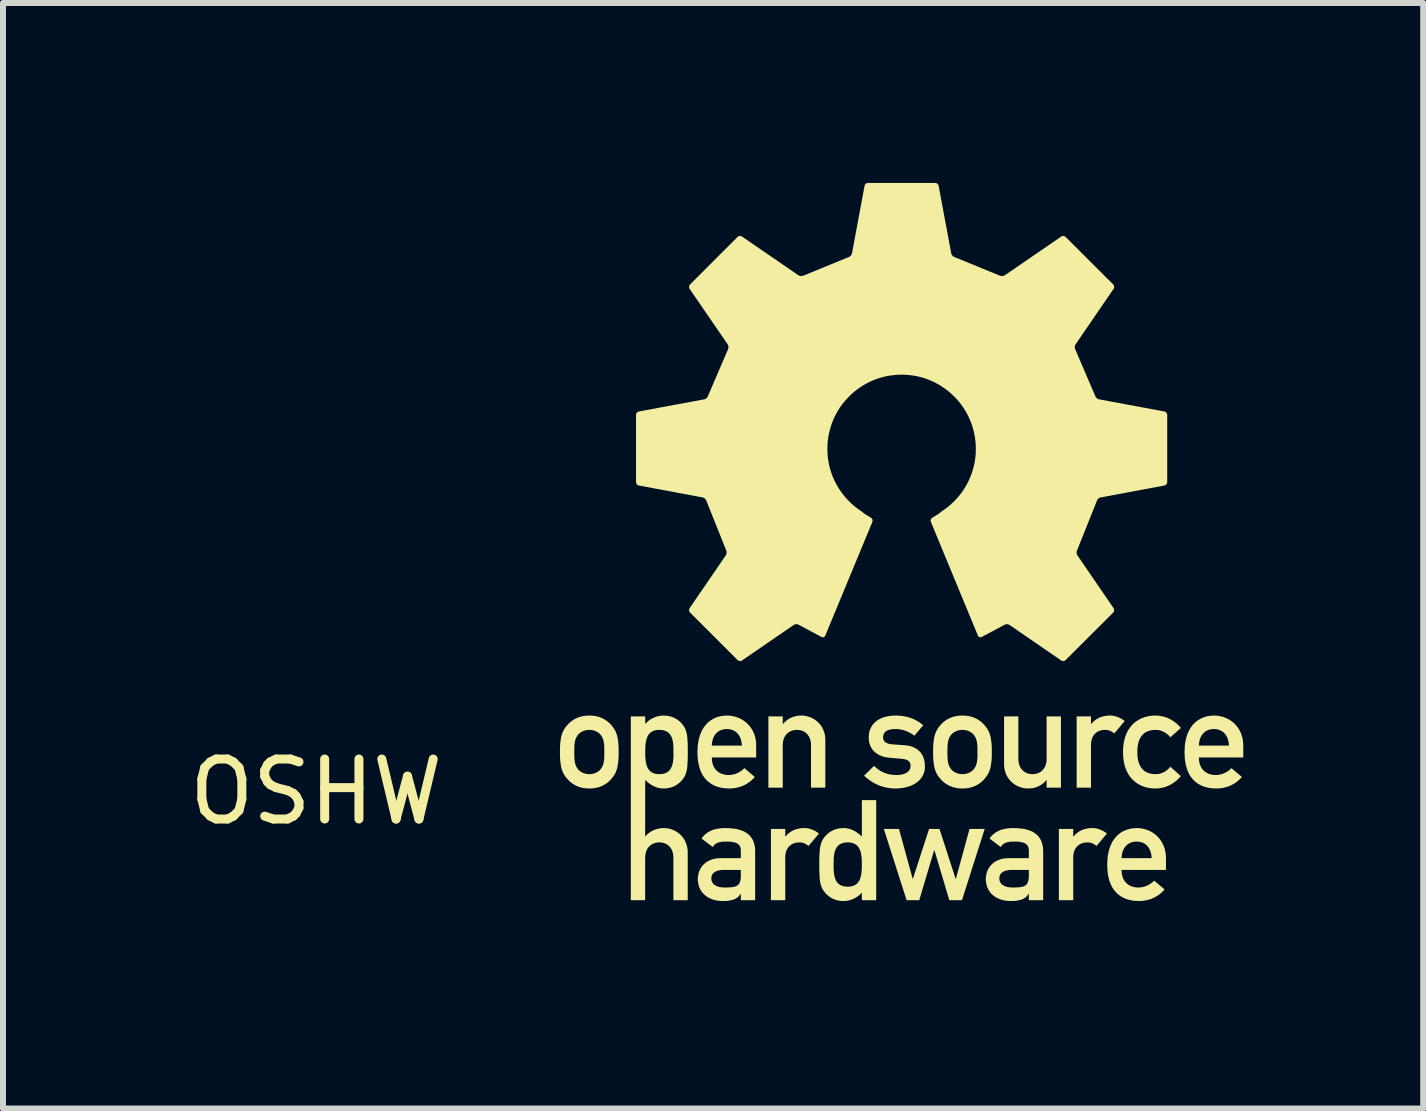
<source format=kicad_pcb>
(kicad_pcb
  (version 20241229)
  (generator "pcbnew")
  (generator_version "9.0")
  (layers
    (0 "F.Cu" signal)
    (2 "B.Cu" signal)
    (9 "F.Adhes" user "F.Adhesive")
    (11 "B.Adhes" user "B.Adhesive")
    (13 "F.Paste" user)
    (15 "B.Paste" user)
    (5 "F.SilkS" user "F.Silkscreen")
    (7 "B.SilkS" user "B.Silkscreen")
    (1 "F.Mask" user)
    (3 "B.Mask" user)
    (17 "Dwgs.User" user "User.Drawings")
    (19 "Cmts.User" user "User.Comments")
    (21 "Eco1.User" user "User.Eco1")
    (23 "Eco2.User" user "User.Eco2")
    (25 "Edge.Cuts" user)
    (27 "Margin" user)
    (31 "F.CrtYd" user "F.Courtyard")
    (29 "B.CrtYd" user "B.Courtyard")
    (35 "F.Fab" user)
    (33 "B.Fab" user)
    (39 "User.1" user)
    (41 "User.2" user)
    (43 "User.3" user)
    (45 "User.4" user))
  (footprint "OSHW"
    (layer "F.Cu")
    (at 6.03 12.182)
    (property "Reference" "OSHW" (at -3.81 -2.032 0) (unlocked yes) (layer "F.SilkS") (effects (font (size 1 1) (thickness 0.15))))
    (fp_poly (pts (xy 6.136 -0.581) (xy 6.14 -0.581) (xy 6.41 -1.412) (xy 6.583 -1.412) (xy 6.852 -0.581) (xy 6.857 -0.581) (xy 7.084 -1.412) (xy 7.337 -1.412) (xy 6.958 -0.224) (xy 6.747 -0.224) (xy 6.499 -1.056) (xy 6.494 -1.056) (xy 6.246 -0.224) (xy 6.035 -0.224) (xy 5.655 -1.412) (xy 5.908 -1.412)) (stroke (width 0) (type solid)) (fill yes) (layer "F.SilkS"))
    (fp_poly (pts (xy 4.343 -1.426) (xy 4.361 -1.425) (xy 4.378 -1.423) (xy 4.395 -1.42) (xy 4.411 -1.416) (xy 4.427 -1.412) (xy 4.443 -1.407) (xy 4.459 -1.402) (xy 4.474 -1.395) (xy 4.489 -1.388) (xy 4.504 -1.381) (xy 4.518 -1.373) (xy 4.532 -1.364) (xy 4.546 -1.355) (xy 4.56 -1.345) (xy 4.574 -1.335) (xy 4.401 -1.129) (xy 4.39 -1.136) (xy 4.38 -1.143) (xy 4.37 -1.15) (xy 4.361 -1.156) (xy 4.352 -1.161) (xy 4.342 -1.166) (xy 4.333 -1.17) (xy 4.324 -1.174) (xy 4.315 -1.177) (xy 4.305 -1.18) (xy 4.296 -1.182) (xy 4.286 -1.184) (xy 4.276 -1.186) (xy 4.266 -1.187) (xy 4.255 -1.187) (xy 4.244 -1.187) (xy 4.222 -1.186) (xy 4.2 -1.184) (xy 4.179 -1.179) (xy 4.158 -1.173) (xy 4.148 -1.169) (xy 4.138 -1.165) (xy 4.128 -1.16) (xy 4.119 -1.154) (xy 4.11 -1.149) (xy 4.101 -1.142) (xy 4.092 -1.135) (xy 4.084 -1.128) (xy 4.076 -1.12) (xy 4.068 -1.112) (xy 4.061 -1.103) (xy 4.054 -1.094) (xy 4.048 -1.084) (xy 4.042 -1.073) (xy 4.036 -1.062) (xy 4.031 -1.051) (xy 4.027 -1.039) (xy 4.023 -1.026) (xy 4.02 -1.013) (xy 4.017 -0.999) (xy 4.015 -0.985) (xy 4.013 -0.97) (xy 4.012 -0.955) (xy 4.012 -0.939) (xy 4.012 -0.224) (xy 3.773 -0.224) (xy 3.773 -1.412) (xy 4.012 -1.412) (xy 4.012 -1.286) (xy 4.016 -1.286) (xy 4.031 -1.303) (xy 4.046 -1.319) (xy 4.062 -1.333) (xy 4.079 -1.347) (xy 4.096 -1.36) (xy 4.114 -1.371) (xy 4.132 -1.382) (xy 4.152 -1.391) (xy 4.172 -1.399) (xy 4.192 -1.406) (xy 4.213 -1.412) (xy 4.234 -1.417) (xy 4.257 -1.421) (xy 4.279 -1.424) (xy 4.302 -1.426) (xy 4.326 -1.426)) (stroke (width 0) (type solid)) (fill yes) (layer "F.SilkS"))
    (fp_poly (pts (xy 9.145 -1.426) (xy 9.162 -1.425) (xy 9.179 -1.423) (xy 9.196 -1.42) (xy 9.213 -1.416) (xy 9.229 -1.412) (xy 9.244 -1.407) (xy 9.26 -1.402) (xy 9.275 -1.395) (xy 9.29 -1.388) (xy 9.305 -1.381) (xy 9.319 -1.373) (xy 9.334 -1.364) (xy 9.348 -1.355) (xy 9.362 -1.345) (xy 9.375 -1.335) (xy 9.202 -1.129) (xy 9.192 -1.136) (xy 9.182 -1.143) (xy 9.172 -1.15) (xy 9.162 -1.156) (xy 9.153 -1.161) (xy 9.144 -1.166) (xy 9.135 -1.17) (xy 9.125 -1.174) (xy 9.116 -1.177) (xy 9.107 -1.18) (xy 9.097 -1.182) (xy 9.087 -1.184) (xy 9.077 -1.186) (xy 9.067 -1.187) (xy 9.056 -1.187) (xy 9.045 -1.187) (xy 9.023 -1.186) (xy 9.001 -1.184) (xy 8.98 -1.179) (xy 8.959 -1.173) (xy 8.949 -1.169) (xy 8.939 -1.165) (xy 8.93 -1.16) (xy 8.92 -1.154) (xy 8.911 -1.149) (xy 8.902 -1.142) (xy 8.893 -1.135) (xy 8.885 -1.128) (xy 8.877 -1.12) (xy 8.87 -1.112) (xy 8.862 -1.103) (xy 8.856 -1.094) (xy 8.849 -1.084) (xy 8.843 -1.073) (xy 8.838 -1.062) (xy 8.833 -1.051) (xy 8.828 -1.039) (xy 8.825 -1.026) (xy 8.821 -1.013) (xy 8.818 -0.999) (xy 8.816 -0.985) (xy 8.814 -0.97) (xy 8.813 -0.955) (xy 8.813 -0.939) (xy 8.813 -0.224) (xy 8.574 -0.224) (xy 8.574 -1.412) (xy 8.813 -1.412) (xy 8.813 -1.286) (xy 8.818 -1.286) (xy 8.832 -1.303) (xy 8.848 -1.319) (xy 8.863 -1.333) (xy 8.88 -1.347) (xy 8.897 -1.36) (xy 8.915 -1.371) (xy 8.934 -1.382) (xy 8.953 -1.391) (xy 8.973 -1.399) (xy 8.993 -1.406) (xy 9.014 -1.412) (xy 9.036 -1.417) (xy 9.058 -1.421) (xy 9.081 -1.424) (xy 9.104 -1.426) (xy 9.127 -1.426)) (stroke (width 0) (type solid)) (fill yes) (layer "F.SilkS"))
    (fp_poly (pts (xy 9.441 -3.302) (xy 9.458 -3.301) (xy 9.476 -3.299) (xy 9.492 -3.296) (xy 9.509 -3.292) (xy 9.525 -3.288) (xy 9.541 -3.283) (xy 9.556 -3.278) (xy 9.571 -3.271) (xy 9.586 -3.264) (xy 9.601 -3.257) (xy 9.615 -3.249) (xy 9.63 -3.24) (xy 9.644 -3.231) (xy 9.658 -3.221) (xy 9.671 -3.211) (xy 9.498 -3.005) (xy 9.488 -3.012) (xy 9.478 -3.019) (xy 9.468 -3.026) (xy 9.458 -3.032) (xy 9.449 -3.037) (xy 9.44 -3.042) (xy 9.431 -3.046) (xy 9.421 -3.05) (xy 9.412 -3.053) (xy 9.403 -3.056) (xy 9.393 -3.058) (xy 9.383 -3.06) (xy 9.373 -3.061) (xy 9.363 -3.062) (xy 9.352 -3.063) (xy 9.341 -3.063) (xy 9.319 -3.062) (xy 9.298 -3.06) (xy 9.276 -3.055) (xy 9.255 -3.049) (xy 9.245 -3.045) (xy 9.235 -3.041) (xy 9.226 -3.036) (xy 9.216 -3.03) (xy 9.207 -3.025) (xy 9.198 -3.018) (xy 9.19 -3.011) (xy 9.181 -3.004) (xy 9.173 -2.996) (xy 9.166 -2.988) (xy 9.158 -2.979) (xy 9.152 -2.97) (xy 9.145 -2.96) (xy 9.139 -2.949) (xy 9.134 -2.938) (xy 9.129 -2.927) (xy 9.125 -2.915) (xy 9.121 -2.902) (xy 9.117 -2.889) (xy 9.114 -2.875) (xy 9.112 -2.861) (xy 9.111 -2.846) (xy 9.11 -2.831) (xy 9.109 -2.815) (xy 9.109 -2.1) (xy 8.87 -2.1) (xy 8.87 -3.288) (xy 9.109 -3.288) (xy 9.109 -3.162) (xy 9.114 -3.162) (xy 9.128 -3.179) (xy 9.143 -3.195) (xy 9.159 -3.209) (xy 9.176 -3.223) (xy 9.193 -3.236) (xy 9.211 -3.247) (xy 9.23 -3.258) (xy 9.249 -3.267) (xy 9.269 -3.275) (xy 9.289 -3.282) (xy 9.31 -3.288) (xy 9.332 -3.293) (xy 9.354 -3.297) (xy 9.377 -3.3) (xy 9.4 -3.302) (xy 9.423 -3.302)) (stroke (width 0) (type solid)) (fill yes) (layer "F.SilkS"))
    (fp_poly (pts (xy 4.302 -3.302) (xy 4.319 -3.301) (xy 4.354 -3.296) (xy 4.389 -3.287) (xy 4.424 -3.276) (xy 4.441 -3.269) (xy 4.458 -3.261) (xy 4.475 -3.252) (xy 4.491 -3.243) (xy 4.507 -3.233) (xy 4.522 -3.222) (xy 4.537 -3.21) (xy 4.552 -3.197) (xy 4.565 -3.184) (xy 4.579 -3.17) (xy 4.592 -3.155) (xy 4.604 -3.139) (xy 4.615 -3.122) (xy 4.626 -3.105) (xy 4.635 -3.087) (xy 4.644 -3.068) (xy 4.652 -3.048) (xy 4.659 -3.028) (xy 4.666 -3.007) (xy 4.671 -2.985) (xy 4.675 -2.962) (xy 4.678 -2.939) (xy 4.679 -2.915) (xy 4.68 -2.89) (xy 4.68 -2.1) (xy 4.441 -2.1) (xy 4.441 -2.808) (xy 4.441 -2.823) (xy 4.44 -2.837) (xy 4.439 -2.851) (xy 4.437 -2.865) (xy 4.434 -2.879) (xy 4.431 -2.891) (xy 4.427 -2.904) (xy 4.423 -2.916) (xy 4.419 -2.928) (xy 4.414 -2.939) (xy 4.408 -2.949) (xy 4.402 -2.96) (xy 4.396 -2.969) (xy 4.389 -2.979) (xy 4.382 -2.988) (xy 4.374 -2.996) (xy 4.366 -3.004) (xy 4.358 -3.012) (xy 4.349 -3.019) (xy 4.34 -3.025) (xy 4.33 -3.031) (xy 4.32 -3.037) (xy 4.31 -3.042) (xy 4.3 -3.046) (xy 4.289 -3.05) (xy 4.278 -3.053) (xy 4.267 -3.056) (xy 4.255 -3.059) (xy 4.244 -3.061) (xy 4.232 -3.062) (xy 4.219 -3.063) (xy 4.207 -3.063) (xy 4.194 -3.063) (xy 4.182 -3.062) (xy 4.17 -3.061) (xy 4.158 -3.059) (xy 4.146 -3.056) (xy 4.135 -3.053) (xy 4.123 -3.05) (xy 4.113 -3.046) (xy 4.102 -3.042) (xy 4.092 -3.037) (xy 4.082 -3.031) (xy 4.072 -3.025) (xy 4.063 -3.019) (xy 4.054 -3.012) (xy 4.046 -3.004) (xy 4.038 -2.996) (xy 4.03 -2.988) (xy 4.023 -2.979) (xy 4.016 -2.969) (xy 4.009 -2.96) (xy 4.003 -2.949) (xy 3.998 -2.939) (xy 3.993 -2.928) (xy 3.988 -2.916) (xy 3.984 -2.904) (xy 3.98 -2.891) (xy 3.977 -2.879) (xy 3.975 -2.865) (xy 3.973 -2.851) (xy 3.971 -2.837) (xy 3.971 -2.823) (xy 3.97 -2.808) (xy 3.97 -2.1) (xy 3.731 -2.1) (xy 3.731 -3.288) (xy 3.97 -3.288) (xy 3.97 -3.162) (xy 3.975 -3.162) (xy 3.989 -3.179) (xy 4.005 -3.195) (xy 4.021 -3.209) (xy 4.037 -3.223) (xy 4.054 -3.236) (xy 4.072 -3.247) (xy 4.091 -3.258) (xy 4.11 -3.267) (xy 4.13 -3.275) (xy 4.151 -3.282) (xy 4.172 -3.288) (xy 4.193 -3.293) (xy 4.215 -3.297) (xy 4.238 -3.3) (xy 4.261 -3.302) (xy 4.284 -3.302)) (stroke (width 0) (type solid)) (fill yes) (layer "F.SilkS"))
    (fp_poly (pts (xy 7.898 -2.581) (xy 7.899 -2.566) (xy 7.9 -2.551) (xy 7.901 -2.537) (xy 7.903 -2.523) (xy 7.906 -2.51) (xy 7.909 -2.497) (xy 7.912 -2.485) (xy 7.916 -2.473) (xy 7.921 -2.461) (xy 7.926 -2.45) (xy 7.931 -2.439) (xy 7.937 -2.429) (xy 7.944 -2.419) (xy 7.951 -2.41) (xy 7.958 -2.401) (xy 7.966 -2.392) (xy 7.974 -2.384) (xy 7.982 -2.377) (xy 7.991 -2.37) (xy 8 -2.364) (xy 8.01 -2.358) (xy 8.02 -2.352) (xy 8.03 -2.347) (xy 8.041 -2.343) (xy 8.052 -2.339) (xy 8.063 -2.335) (xy 8.074 -2.332) (xy 8.086 -2.33) (xy 8.098 -2.328) (xy 8.11 -2.326) (xy 8.122 -2.326) (xy 8.135 -2.325) (xy 8.147 -2.326) (xy 8.16 -2.326) (xy 8.172 -2.328) (xy 8.183 -2.33) (xy 8.195 -2.332) (xy 8.206 -2.335) (xy 8.217 -2.339) (xy 8.228 -2.343) (xy 8.238 -2.347) (xy 8.249 -2.352) (xy 8.258 -2.358) (xy 8.268 -2.364) (xy 8.277 -2.37) (xy 8.286 -2.377) (xy 8.294 -2.384) (xy 8.302 -2.392) (xy 8.31 -2.401) (xy 8.317 -2.41) (xy 8.324 -2.419) (xy 8.33 -2.429) (xy 8.336 -2.439) (xy 8.342 -2.45) (xy 8.347 -2.461) (xy 8.351 -2.473) (xy 8.356 -2.485) (xy 8.359 -2.497) (xy 8.362 -2.51) (xy 8.365 -2.523) (xy 8.367 -2.537) (xy 8.368 -2.551) (xy 8.369 -2.566) (xy 8.369 -2.581) (xy 8.369 -3.288) (xy 8.608 -3.288) (xy 8.608 -2.1) (xy 8.369 -2.1) (xy 8.369 -2.227) (xy 8.365 -2.227) (xy 8.35 -2.21) (xy 8.335 -2.194) (xy 8.319 -2.179) (xy 8.303 -2.165) (xy 8.285 -2.153) (xy 8.267 -2.141) (xy 8.249 -2.131) (xy 8.23 -2.122) (xy 8.21 -2.113) (xy 8.19 -2.106) (xy 8.169 -2.1) (xy 8.148 -2.095) (xy 8.126 -2.091) (xy 8.104 -2.089) (xy 8.081 -2.087) (xy 8.058 -2.086) (xy 8.04 -2.087) (xy 8.022 -2.088) (xy 7.987 -2.093) (xy 7.951 -2.101) (xy 7.934 -2.107) (xy 7.917 -2.113) (xy 7.899 -2.12) (xy 7.882 -2.128) (xy 7.866 -2.136) (xy 7.849 -2.146) (xy 7.834 -2.156) (xy 7.818 -2.167) (xy 7.803 -2.179) (xy 7.788 -2.192) (xy 7.774 -2.205) (xy 7.761 -2.219) (xy 7.748 -2.234) (xy 7.736 -2.25) (xy 7.725 -2.266) (xy 7.714 -2.284) (xy 7.704 -2.302) (xy 7.695 -2.321) (xy 7.687 -2.34) (xy 7.68 -2.361) (xy 7.674 -2.382) (xy 7.669 -2.404) (xy 7.665 -2.426) (xy 7.662 -2.45) (xy 7.66 -2.474) (xy 7.66 -2.499) (xy 7.66 -2.499) (xy 7.66 -3.288) (xy 7.898 -3.288)) (stroke (width 0) (type solid)) (fill yes) (layer "F.SilkS"))
    (fp_poly (pts (xy 10.199 -3.302) (xy 10.215 -3.301) (xy 10.231 -3.3) (xy 10.248 -3.298) (xy 10.279 -3.293) (xy 10.31 -3.287) (xy 10.34 -3.278) (xy 10.369 -3.269) (xy 10.397 -3.257) (xy 10.424 -3.244) (xy 10.45 -3.23) (xy 10.475 -3.214) (xy 10.5 -3.197) (xy 10.523 -3.179) (xy 10.546 -3.159) (xy 10.568 -3.139) (xy 10.588 -3.118) (xy 10.608 -3.096) (xy 10.432 -2.939) (xy 10.421 -2.952) (xy 10.409 -2.965) (xy 10.397 -2.978) (xy 10.384 -2.989) (xy 10.37 -3) (xy 10.356 -3.01) (xy 10.342 -3.02) (xy 10.327 -3.028) (xy 10.311 -3.036) (xy 10.295 -3.043) (xy 10.279 -3.049) (xy 10.262 -3.054) (xy 10.245 -3.058) (xy 10.227 -3.061) (xy 10.209 -3.063) (xy 10.191 -3.063) (xy 10.156 -3.062) (xy 10.122 -3.058) (xy 10.106 -3.055) (xy 10.09 -3.051) (xy 10.075 -3.047) (xy 10.061 -3.042) (xy 10.047 -3.036) (xy 10.033 -3.03) (xy 10.02 -3.023) (xy 10.008 -3.015) (xy 9.996 -3.006) (xy 9.985 -2.997) (xy 9.974 -2.987) (xy 9.964 -2.976) (xy 9.954 -2.964) (xy 9.945 -2.952) (xy 9.936 -2.939) (xy 9.929 -2.925) (xy 9.921 -2.91) (xy 9.914 -2.894) (xy 9.908 -2.878) (xy 9.903 -2.861) (xy 9.898 -2.843) (xy 9.894 -2.824) (xy 9.89 -2.804) (xy 9.887 -2.784) (xy 9.883 -2.74) (xy 9.882 -2.693) (xy 9.882 -2.669) (xy 9.883 -2.647) (xy 9.885 -2.625) (xy 9.887 -2.603) (xy 9.89 -2.583) (xy 9.894 -2.564) (xy 9.898 -2.545) (xy 9.903 -2.527) (xy 9.908 -2.51) (xy 9.915 -2.494) (xy 9.921 -2.478) (xy 9.929 -2.464) (xy 9.936 -2.45) (xy 9.945 -2.437) (xy 9.954 -2.424) (xy 9.964 -2.413) (xy 9.974 -2.402) (xy 9.985 -2.392) (xy 9.996 -2.382) (xy 10.008 -2.374) (xy 10.02 -2.366) (xy 10.033 -2.359) (xy 10.047 -2.352) (xy 10.061 -2.347) (xy 10.075 -2.341) (xy 10.09 -2.337) (xy 10.106 -2.333) (xy 10.122 -2.33) (xy 10.139 -2.328) (xy 10.156 -2.327) (xy 10.173 -2.326) (xy 10.191 -2.325) (xy 10.2 -2.325) (xy 10.209 -2.326) (xy 10.218 -2.327) (xy 10.227 -2.328) (xy 10.245 -2.33) (xy 10.262 -2.334) (xy 10.279 -2.339) (xy 10.295 -2.345) (xy 10.311 -2.352) (xy 10.327 -2.36) (xy 10.342 -2.369) (xy 10.356 -2.378) (xy 10.37 -2.388) (xy 10.384 -2.399) (xy 10.397 -2.411) (xy 10.409 -2.423) (xy 10.421 -2.436) (xy 10.432 -2.449) (xy 10.608 -2.292) (xy 10.588 -2.27) (xy 10.568 -2.249) (xy 10.546 -2.229) (xy 10.523 -2.21) (xy 10.5 -2.192) (xy 10.476 -2.175) (xy 10.45 -2.159) (xy 10.424 -2.145) (xy 10.397 -2.132) (xy 10.369 -2.12) (xy 10.34 -2.11) (xy 10.31 -2.102) (xy 10.279 -2.095) (xy 10.248 -2.09) (xy 10.215 -2.087) (xy 10.182 -2.086) (xy 10.131 -2.088) (xy 10.08 -2.095) (xy 10.03 -2.105) (xy 9.982 -2.12) (xy 9.958 -2.129) (xy 9.935 -2.14) (xy 9.913 -2.151) (xy 9.891 -2.164) (xy 9.87 -2.178) (xy 9.849 -2.193) (xy 9.829 -2.21) (xy 9.81 -2.227) (xy 9.791 -2.246) (xy 9.774 -2.266) (xy 9.757 -2.288) (xy 9.741 -2.311) (xy 9.726 -2.335) (xy 9.713 -2.36) (xy 9.7 -2.387) (xy 9.689 -2.415) (xy 9.678 -2.445) (xy 9.669 -2.476) (xy 9.661 -2.509) (xy 9.655 -2.543) (xy 9.65 -2.578) (xy 9.646 -2.615) (xy 9.644 -2.653) (xy 9.643 -2.693) (xy 9.644 -2.733) (xy 9.646 -2.772) (xy 9.65 -2.809) (xy 9.655 -2.844) (xy 9.661 -2.879) (xy 9.669 -2.911) (xy 9.678 -2.942) (xy 9.689 -2.972) (xy 9.7 -3.001) (xy 9.713 -3.028) (xy 9.726 -3.053) (xy 9.741 -3.077) (xy 9.757 -3.1) (xy 9.774 -3.122) (xy 9.791 -3.142) (xy 9.81 -3.161) (xy 9.829 -3.179) (xy 9.849 -3.195) (xy 9.87 -3.21) (xy 9.891 -3.224) (xy 9.913 -3.237) (xy 9.935 -3.249) (xy 9.958 -3.259) (xy 9.982 -3.268) (xy 10.006 -3.276) (xy 10.03 -3.283) (xy 10.055 -3.289) (xy 10.08 -3.294) (xy 10.105 -3.298) (xy 10.131 -3.3) (xy 10.182 -3.302)) (stroke (width 0) (type solid)) (fill yes) (layer "F.SilkS"))
    (fp_poly (pts (xy 5.528 -0.224) (xy 5.289 -0.224) (xy 5.289 -0.349) (xy 5.274 -0.334) (xy 5.259 -0.319) (xy 5.243 -0.305) (xy 5.226 -0.292) (xy 5.209 -0.28) (xy 5.191 -0.269) (xy 5.172 -0.258) (xy 5.153 -0.249) (xy 5.133 -0.24) (xy 5.113 -0.233) (xy 5.092 -0.226) (xy 5.071 -0.22) (xy 5.049 -0.216) (xy 5.027 -0.213) (xy 5.004 -0.211) (xy 4.982 -0.21) (xy 4.968 -0.211) (xy 4.955 -0.211) (xy 4.942 -0.212) (xy 4.929 -0.213) (xy 4.917 -0.215) (xy 4.904 -0.217) (xy 4.892 -0.219) (xy 4.88 -0.222) (xy 4.869 -0.225) (xy 4.857 -0.228) (xy 4.846 -0.232) (xy 4.835 -0.236) (xy 4.824 -0.24) (xy 4.814 -0.245) (xy 4.793 -0.254) (xy 4.774 -0.265) (xy 4.756 -0.277) (xy 4.738 -0.29) (xy 4.721 -0.303) (xy 4.705 -0.318) (xy 4.69 -0.333) (xy 4.676 -0.349) (xy 4.663 -0.365) (xy 4.651 -0.381) (xy 4.641 -0.397) (xy 4.631 -0.413) (xy 4.622 -0.43) (xy 4.615 -0.449) (xy 4.608 -0.469) (xy 4.602 -0.49) (xy 4.596 -0.514) (xy 4.592 -0.54) (xy 4.588 -0.569) (xy 4.585 -0.601) (xy 4.583 -0.637) (xy 4.58 -0.719) (xy 4.579 -0.819) (xy 4.818 -0.819) (xy 4.818 -0.785) (xy 4.819 -0.75) (xy 4.82 -0.717) (xy 4.823 -0.684) (xy 4.827 -0.652) (xy 4.83 -0.636) (xy 4.833 -0.621) (xy 4.837 -0.606) (xy 4.841 -0.592) (xy 4.846 -0.578) (xy 4.852 -0.565) (xy 4.858 -0.552) (xy 4.865 -0.54) (xy 4.872 -0.529) (xy 4.881 -0.518) (xy 4.89 -0.507) (xy 4.9 -0.498) (xy 4.911 -0.489) (xy 4.922 -0.481) (xy 4.935 -0.474) (xy 4.949 -0.468) (xy 4.964 -0.462) (xy 4.98 -0.458) (xy 4.997 -0.454) (xy 5.015 -0.451) (xy 5.034 -0.45) (xy 5.054 -0.449) (xy 5.075 -0.45) (xy 5.094 -0.452) (xy 5.112 -0.454) (xy 5.128 -0.458) (xy 5.144 -0.463) (xy 5.159 -0.469) (xy 5.172 -0.475) (xy 5.185 -0.483) (xy 5.197 -0.491) (xy 5.207 -0.5) (xy 5.217 -0.51) (xy 5.226 -0.521) (xy 5.235 -0.532) (xy 5.242 -0.544) (xy 5.249 -0.556) (xy 5.255 -0.569) (xy 5.26 -0.583) (xy 5.265 -0.597) (xy 5.273 -0.626) (xy 5.279 -0.657) (xy 5.283 -0.688) (xy 5.286 -0.721) (xy 5.288 -0.754) (xy 5.289 -0.819) (xy 5.288 -0.852) (xy 5.288 -0.884) (xy 5.286 -0.917) (xy 5.283 -0.949) (xy 5.279 -0.981) (xy 5.276 -0.996) (xy 5.273 -1.011) (xy 5.269 -1.026) (xy 5.265 -1.04) (xy 5.26 -1.054) (xy 5.255 -1.068) (xy 5.249 -1.08) (xy 5.242 -1.093) (xy 5.235 -1.105) (xy 5.226 -1.116) (xy 5.217 -1.127) (xy 5.207 -1.136) (xy 5.197 -1.146) (xy 5.185 -1.154) (xy 5.172 -1.161) (xy 5.159 -1.168) (xy 5.144 -1.174) (xy 5.128 -1.179) (xy 5.112 -1.182) (xy 5.094 -1.185) (xy 5.075 -1.187) (xy 5.054 -1.187) (xy 5.034 -1.187) (xy 5.015 -1.185) (xy 4.997 -1.183) (xy 4.98 -1.179) (xy 4.964 -1.175) (xy 4.949 -1.169) (xy 4.935 -1.163) (xy 4.922 -1.156) (xy 4.911 -1.148) (xy 4.9 -1.139) (xy 4.89 -1.129) (xy 4.881 -1.119) (xy 4.872 -1.108) (xy 4.865 -1.097) (xy 4.858 -1.085) (xy 4.852 -1.072) (xy 4.846 -1.059) (xy 4.841 -1.045) (xy 4.833 -1.016) (xy 4.827 -0.986) (xy 4.823 -0.954) (xy 4.82 -0.921) (xy 4.819 -0.888) (xy 4.818 -0.819) (xy 4.579 -0.819) (xy 4.579 -0.871) (xy 4.58 -0.919) (xy 4.581 -0.962) (xy 4.583 -1.001) (xy 4.585 -1.036) (xy 4.588 -1.068) (xy 4.592 -1.097) (xy 4.596 -1.123) (xy 4.602 -1.147) (xy 4.605 -1.158) (xy 4.608 -1.168) (xy 4.611 -1.178) (xy 4.615 -1.188) (xy 4.618 -1.197) (xy 4.622 -1.206) (xy 4.631 -1.223) (xy 4.641 -1.24) (xy 4.651 -1.256) (xy 4.663 -1.272) (xy 4.676 -1.288) (xy 4.69 -1.304) (xy 4.705 -1.319) (xy 4.721 -1.333) (xy 4.738 -1.347) (xy 4.756 -1.36) (xy 4.774 -1.371) (xy 4.793 -1.382) (xy 4.814 -1.392) (xy 4.835 -1.401) (xy 4.857 -1.408) (xy 4.88 -1.415) (xy 4.904 -1.42) (xy 4.929 -1.423) (xy 4.955 -1.425) (xy 4.982 -1.426) (xy 5.004 -1.426) (xy 5.026 -1.424) (xy 5.048 -1.42) (xy 5.069 -1.416) (xy 5.089 -1.411) (xy 5.109 -1.404) (xy 5.128 -1.396) (xy 5.147 -1.388) (xy 5.166 -1.378) (xy 5.185 -1.367) (xy 5.203 -1.356) (xy 5.22 -1.343) (xy 5.238 -1.33) (xy 5.255 -1.316) (xy 5.272 -1.301) (xy 5.289 -1.286) (xy 5.289 -1.892) (xy 5.528 -1.892)) (stroke (width 0) (type solid)) (fill yes) (layer "F.SilkS"))
    (fp_poly (pts (xy 3.062 -3.302) (xy 3.087 -3.3) (xy 3.111 -3.297) (xy 3.134 -3.293) (xy 3.158 -3.288) (xy 3.18 -3.282) (xy 3.203 -3.275) (xy 3.225 -3.267) (xy 3.247 -3.258) (xy 3.268 -3.248) (xy 3.288 -3.237) (xy 3.308 -3.225) (xy 3.327 -3.211) (xy 3.346 -3.197) (xy 3.364 -3.183) (xy 3.381 -3.167) (xy 3.397 -3.15) (xy 3.413 -3.132) (xy 3.428 -3.114) (xy 3.442 -3.094) (xy 3.455 -3.074) (xy 3.467 -3.053) (xy 3.478 -3.031) (xy 3.488 -3.009) (xy 3.497 -2.985) (xy 3.505 -2.961) (xy 3.512 -2.936) (xy 3.517 -2.911) (xy 3.522 -2.884) (xy 3.525 -2.857) (xy 3.527 -2.829) (xy 3.527 -2.801) (xy 3.527 -2.604) (xy 2.787 -2.604) (xy 2.788 -2.586) (xy 2.789 -2.569) (xy 2.79 -2.552) (xy 2.793 -2.536) (xy 2.796 -2.52) (xy 2.799 -2.505) (xy 2.804 -2.49) (xy 2.808 -2.476) (xy 2.814 -2.463) (xy 2.82 -2.45) (xy 2.826 -2.438) (xy 2.834 -2.426) (xy 2.841 -2.415) (xy 2.85 -2.404) (xy 2.858 -2.394) (xy 2.867 -2.385) (xy 2.877 -2.376) (xy 2.887 -2.367) (xy 2.898 -2.36) (xy 2.909 -2.353) (xy 2.92 -2.346) (xy 2.932 -2.34) (xy 2.945 -2.334) (xy 2.957 -2.33) (xy 2.97 -2.325) (xy 2.984 -2.322) (xy 2.997 -2.318) (xy 3.011 -2.316) (xy 3.026 -2.314) (xy 3.04 -2.312) (xy 3.055 -2.311) (xy 3.071 -2.311) (xy 3.088 -2.312) (xy 3.105 -2.313) (xy 3.123 -2.316) (xy 3.14 -2.319) (xy 3.157 -2.323) (xy 3.175 -2.328) (xy 3.192 -2.334) (xy 3.209 -2.341) (xy 3.225 -2.349) (xy 3.242 -2.358) (xy 3.258 -2.367) (xy 3.273 -2.377) (xy 3.288 -2.388) (xy 3.303 -2.4) (xy 3.317 -2.413) (xy 3.331 -2.426) (xy 3.504 -2.278) (xy 3.482 -2.254) (xy 3.458 -2.231) (xy 3.435 -2.21) (xy 3.41 -2.191) (xy 3.385 -2.174) (xy 3.359 -2.158) (xy 3.332 -2.144) (xy 3.305 -2.132) (xy 3.278 -2.121) (xy 3.25 -2.111) (xy 3.222 -2.104) (xy 3.193 -2.097) (xy 3.164 -2.092) (xy 3.135 -2.089) (xy 3.105 -2.087) (xy 3.075 -2.086) (xy 3.029 -2.088) (xy 2.983 -2.092) (xy 2.936 -2.1) (xy 2.89 -2.112) (xy 2.845 -2.128) (xy 2.823 -2.138) (xy 2.802 -2.149) (xy 2.78 -2.161) (xy 2.76 -2.175) (xy 2.74 -2.19) (xy 2.72 -2.206) (xy 2.702 -2.224) (xy 2.684 -2.243) (xy 2.667 -2.263) (xy 2.651 -2.285) (xy 2.636 -2.309) (xy 2.621 -2.335) (xy 2.608 -2.362) (xy 2.596 -2.391) (xy 2.586 -2.422) (xy 2.576 -2.454) (xy 2.568 -2.489) (xy 2.561 -2.525) (xy 2.555 -2.563) (xy 2.552 -2.604) (xy 2.549 -2.646) (xy 2.548 -2.691) (xy 2.549 -2.733) (xy 2.551 -2.774) (xy 2.554 -2.801) (xy 2.787 -2.801) (xy 3.289 -2.801) (xy 3.288 -2.817) (xy 3.286 -2.834) (xy 3.284 -2.849) (xy 3.281 -2.864) (xy 3.278 -2.879) (xy 3.275 -2.893) (xy 3.271 -2.907) (xy 3.266 -2.92) (xy 3.261 -2.933) (xy 3.256 -2.945) (xy 3.25 -2.957) (xy 3.243 -2.968) (xy 3.236 -2.978) (xy 3.229 -2.988) (xy 3.221 -2.998) (xy 3.213 -3.007) (xy 3.205 -3.015) (xy 3.196 -3.023) (xy 3.187 -3.031) (xy 3.177 -3.037) (xy 3.167 -3.044) (xy 3.157 -3.049) (xy 3.146 -3.055) (xy 3.135 -3.059) (xy 3.124 -3.064) (xy 3.113 -3.067) (xy 3.101 -3.07) (xy 3.089 -3.073) (xy 3.076 -3.075) (xy 3.064 -3.076) (xy 3.051 -3.077) (xy 3.038 -3.077) (xy 3.025 -3.077) (xy 3.012 -3.076) (xy 2.999 -3.075) (xy 2.987 -3.073) (xy 2.975 -3.07) (xy 2.963 -3.067) (xy 2.951 -3.064) (xy 2.94 -3.059) (xy 2.929 -3.055) (xy 2.918 -3.05) (xy 2.908 -3.044) (xy 2.898 -3.037) (xy 2.888 -3.031) (xy 2.879 -3.023) (xy 2.87 -3.015) (xy 2.862 -3.007) (xy 2.853 -2.998) (xy 2.846 -2.988) (xy 2.838 -2.978) (xy 2.832 -2.968) (xy 2.825 -2.957) (xy 2.819 -2.945) (xy 2.814 -2.933) (xy 2.809 -2.92) (xy 2.804 -2.907) (xy 2.8 -2.893) (xy 2.797 -2.879) (xy 2.794 -2.864) (xy 2.791 -2.849) (xy 2.789 -2.834) (xy 2.788 -2.817) (xy 2.787 -2.801) (xy 2.554 -2.801) (xy 2.555 -2.812) (xy 2.56 -2.85) (xy 2.566 -2.885) (xy 2.574 -2.919) (xy 2.583 -2.951) (xy 2.592 -2.981) (xy 2.604 -3.01) (xy 2.616 -3.037) (xy 2.629 -3.063) (xy 2.643 -3.087) (xy 2.658 -3.11) (xy 2.673 -3.131) (xy 2.69 -3.151) (xy 2.707 -3.17) (xy 2.725 -3.187) (xy 2.743 -3.203) (xy 2.762 -3.217) (xy 2.782 -3.23) (xy 2.802 -3.242) (xy 2.823 -3.253) (xy 2.843 -3.263) (xy 2.864 -3.272) (xy 2.886 -3.279) (xy 2.907 -3.285) (xy 2.929 -3.291) (xy 2.951 -3.295) (xy 2.995 -3.3) (xy 3.038 -3.302)) (stroke (width 0) (type solid)) (fill yes) (layer "F.SilkS"))
    (fp_poly (pts (xy 9.894 -1.426) (xy 9.918 -1.424) (xy 9.942 -1.421) (xy 9.966 -1.417) (xy 9.989 -1.412) (xy 10.012 -1.406) (xy 10.035 -1.399) (xy 10.057 -1.391) (xy 10.078 -1.382) (xy 10.099 -1.372) (xy 10.12 -1.361) (xy 10.14 -1.349) (xy 10.159 -1.336) (xy 10.177 -1.322) (xy 10.195 -1.307) (xy 10.213 -1.291) (xy 10.229 -1.274) (xy 10.245 -1.256) (xy 10.259 -1.238) (xy 10.273 -1.218) (xy 10.286 -1.198) (xy 10.298 -1.177) (xy 10.309 -1.155) (xy 10.319 -1.133) (xy 10.328 -1.109) (xy 10.336 -1.085) (xy 10.343 -1.06) (xy 10.349 -1.035) (xy 10.353 -1.008) (xy 10.356 -0.981) (xy 10.358 -0.953) (xy 10.359 -0.925) (xy 10.359 -0.728) (xy 9.619 -0.728) (xy 9.619 -0.71) (xy 9.62 -0.693) (xy 9.622 -0.676) (xy 9.624 -0.66) (xy 9.627 -0.644) (xy 9.631 -0.629) (xy 9.635 -0.614) (xy 9.64 -0.6) (xy 9.645 -0.587) (xy 9.651 -0.574) (xy 9.658 -0.562) (xy 9.665 -0.55) (xy 9.673 -0.539) (xy 9.681 -0.528) (xy 9.69 -0.518) (xy 9.699 -0.509) (xy 9.709 -0.5) (xy 9.719 -0.492) (xy 9.729 -0.484) (xy 9.74 -0.477) (xy 9.752 -0.47) (xy 9.764 -0.464) (xy 9.776 -0.459) (xy 9.789 -0.454) (xy 9.802 -0.449) (xy 9.815 -0.446) (xy 9.829 -0.443) (xy 9.843 -0.44) (xy 9.857 -0.438) (xy 9.872 -0.436) (xy 9.887 -0.436) (xy 9.902 -0.435) (xy 9.919 -0.436) (xy 9.937 -0.437) (xy 9.954 -0.44) (xy 9.971 -0.443) (xy 9.989 -0.447) (xy 10.006 -0.452) (xy 10.023 -0.459) (xy 10.04 -0.465) (xy 10.057 -0.473) (xy 10.073 -0.482) (xy 10.089 -0.491) (xy 10.105 -0.502) (xy 10.12 -0.513) (xy 10.135 -0.524) (xy 10.149 -0.537) (xy 10.162 -0.55) (xy 10.336 -0.403) (xy 10.313 -0.378) (xy 10.29 -0.355) (xy 10.266 -0.334) (xy 10.242 -0.315) (xy 10.216 -0.298) (xy 10.19 -0.282) (xy 10.164 -0.268) (xy 10.137 -0.256) (xy 10.11 -0.245) (xy 10.082 -0.235) (xy 10.053 -0.228) (xy 10.025 -0.221) (xy 9.996 -0.217) (xy 9.966 -0.213) (xy 9.937 -0.211) (xy 9.907 -0.21) (xy 9.861 -0.212) (xy 9.814 -0.216) (xy 9.768 -0.224) (xy 9.722 -0.236) (xy 9.677 -0.252) (xy 9.655 -0.262) (xy 9.633 -0.273) (xy 9.612 -0.285) (xy 9.591 -0.299) (xy 9.571 -0.314) (xy 9.552 -0.33) (xy 9.533 -0.348) (xy 9.516 -0.367) (xy 9.498 -0.387) (xy 9.482 -0.41) (xy 9.467 -0.433) (xy 9.453 -0.459) (xy 9.44 -0.486) (xy 9.428 -0.515) (xy 9.417 -0.546) (xy 9.408 -0.578) (xy 9.399 -0.613) (xy 9.392 -0.649) (xy 9.387 -0.687) (xy 9.383 -0.728) (xy 9.381 -0.77) (xy 9.38 -0.815) (xy 9.381 -0.857) (xy 9.383 -0.898) (xy 9.385 -0.925) (xy 9.619 -0.925) (xy 10.12 -0.925) (xy 10.119 -0.942) (xy 10.118 -0.958) (xy 10.116 -0.973) (xy 10.113 -0.989) (xy 10.11 -1.003) (xy 10.106 -1.017) (xy 10.102 -1.031) (xy 10.098 -1.044) (xy 10.093 -1.057) (xy 10.087 -1.069) (xy 10.081 -1.081) (xy 10.075 -1.092) (xy 10.068 -1.102) (xy 10.061 -1.112) (xy 10.053 -1.122) (xy 10.045 -1.131) (xy 10.036 -1.139) (xy 10.027 -1.147) (xy 10.018 -1.155) (xy 10.009 -1.162) (xy 9.999 -1.168) (xy 9.988 -1.174) (xy 9.978 -1.179) (xy 9.967 -1.184) (xy 9.956 -1.188) (xy 9.944 -1.191) (xy 9.932 -1.194) (xy 9.92 -1.197) (xy 9.908 -1.199) (xy 9.895 -1.2) (xy 9.882 -1.201) (xy 9.869 -1.201) (xy 9.856 -1.201) (xy 9.843 -1.2) (xy 9.831 -1.199) (xy 9.818 -1.197) (xy 9.806 -1.194) (xy 9.794 -1.191) (xy 9.783 -1.188) (xy 9.772 -1.184) (xy 9.761 -1.179) (xy 9.75 -1.174) (xy 9.74 -1.168) (xy 9.73 -1.162) (xy 9.72 -1.155) (xy 9.711 -1.147) (xy 9.702 -1.139) (xy 9.693 -1.131) (xy 9.685 -1.122) (xy 9.677 -1.112) (xy 9.67 -1.102) (xy 9.663 -1.092) (xy 9.657 -1.081) (xy 9.651 -1.069) (xy 9.645 -1.057) (xy 9.64 -1.044) (xy 9.636 -1.031) (xy 9.632 -1.017) (xy 9.628 -1.003) (xy 9.625 -0.989) (xy 9.623 -0.973) (xy 9.621 -0.958) (xy 9.62 -0.942) (xy 9.619 -0.925) (xy 9.385 -0.925) (xy 9.386 -0.937) (xy 9.391 -0.974) (xy 9.398 -1.009) (xy 9.405 -1.043) (xy 9.414 -1.075) (xy 9.424 -1.105) (xy 9.435 -1.134) (xy 9.447 -1.161) (xy 9.46 -1.187) (xy 9.474 -1.211) (xy 9.489 -1.234) (xy 9.505 -1.255) (xy 9.521 -1.275) (xy 9.539 -1.294) (xy 9.556 -1.311) (xy 9.575 -1.327) (xy 9.594 -1.341) (xy 9.614 -1.355) (xy 9.634 -1.367) (xy 9.654 -1.377) (xy 9.675 -1.387) (xy 9.696 -1.396) (xy 9.717 -1.403) (xy 9.739 -1.409) (xy 9.761 -1.415) (xy 9.782 -1.419) (xy 9.826 -1.424) (xy 9.869 -1.426)) (stroke (width 0) (type solid)) (fill yes) (layer "F.SilkS"))
    (fp_poly (pts (xy 11.183 -3.302) (xy 11.207 -3.3) (xy 11.231 -3.297) (xy 11.255 -3.293) (xy 11.278 -3.288) (xy 11.301 -3.282) (xy 11.324 -3.275) (xy 11.346 -3.267) (xy 11.367 -3.258) (xy 11.388 -3.248) (xy 11.409 -3.237) (xy 11.429 -3.225) (xy 11.448 -3.211) (xy 11.467 -3.197) (xy 11.484 -3.183) (xy 11.502 -3.167) (xy 11.518 -3.15) (xy 11.534 -3.132) (xy 11.548 -3.114) (xy 11.562 -3.094) (xy 11.575 -3.074) (xy 11.587 -3.053) (xy 11.598 -3.031) (xy 11.608 -3.009) (xy 11.617 -2.985) (xy 11.625 -2.961) (xy 11.632 -2.936) (xy 11.638 -2.911) (xy 11.642 -2.884) (xy 11.645 -2.857) (xy 11.647 -2.829) (xy 11.648 -2.801) (xy 11.648 -2.604) (xy 10.908 -2.604) (xy 10.908 -2.586) (xy 10.909 -2.569) (xy 10.911 -2.552) (xy 10.913 -2.536) (xy 10.916 -2.52) (xy 10.92 -2.505) (xy 10.924 -2.49) (xy 10.929 -2.476) (xy 10.935 -2.463) (xy 10.941 -2.45) (xy 10.947 -2.438) (xy 10.954 -2.426) (xy 10.962 -2.415) (xy 10.97 -2.404) (xy 10.979 -2.394) (xy 10.988 -2.385) (xy 10.998 -2.376) (xy 11.008 -2.367) (xy 11.018 -2.36) (xy 11.03 -2.353) (xy 11.041 -2.346) (xy 11.053 -2.34) (xy 11.065 -2.334) (xy 11.078 -2.33) (xy 11.091 -2.325) (xy 11.104 -2.322) (xy 11.118 -2.318) (xy 11.132 -2.316) (xy 11.146 -2.314) (xy 11.161 -2.312) (xy 11.176 -2.311) (xy 11.191 -2.311) (xy 11.208 -2.312) (xy 11.226 -2.313) (xy 11.243 -2.316) (xy 11.261 -2.319) (xy 11.278 -2.323) (xy 11.295 -2.328) (xy 11.312 -2.334) (xy 11.329 -2.341) (xy 11.346 -2.349) (xy 11.362 -2.358) (xy 11.378 -2.367) (xy 11.394 -2.377) (xy 11.409 -2.388) (xy 11.424 -2.4) (xy 11.438 -2.413) (xy 11.451 -2.426) (xy 11.625 -2.278) (xy 11.602 -2.254) (xy 11.579 -2.231) (xy 11.555 -2.21) (xy 11.531 -2.191) (xy 11.505 -2.174) (xy 11.48 -2.158) (xy 11.453 -2.144) (xy 11.426 -2.132) (xy 11.399 -2.121) (xy 11.371 -2.111) (xy 11.342 -2.104) (xy 11.314 -2.097) (xy 11.285 -2.092) (xy 11.255 -2.089) (xy 11.226 -2.087) (xy 11.196 -2.086) (xy 11.15 -2.088) (xy 11.103 -2.092) (xy 11.057 -2.1) (xy 11.011 -2.112) (xy 10.966 -2.128) (xy 10.944 -2.138) (xy 10.922 -2.149) (xy 10.901 -2.161) (xy 10.88 -2.175) (xy 10.86 -2.19) (xy 10.841 -2.206) (xy 10.822 -2.224) (xy 10.805 -2.243) (xy 10.788 -2.263) (xy 10.771 -2.285) (xy 10.756 -2.309) (xy 10.742 -2.335) (xy 10.729 -2.362) (xy 10.717 -2.391) (xy 10.706 -2.422) (xy 10.697 -2.454) (xy 10.688 -2.489) (xy 10.682 -2.525) (xy 10.676 -2.563) (xy 10.672 -2.604) (xy 10.67 -2.646) (xy 10.669 -2.691) (xy 10.67 -2.733) (xy 10.672 -2.774) (xy 10.674 -2.801) (xy 10.908 -2.801) (xy 11.409 -2.801) (xy 11.408 -2.817) (xy 11.407 -2.834) (xy 11.405 -2.849) (xy 11.402 -2.864) (xy 11.399 -2.879) (xy 11.395 -2.893) (xy 11.391 -2.907) (xy 11.387 -2.92) (xy 11.382 -2.933) (xy 11.376 -2.945) (xy 11.37 -2.957) (xy 11.364 -2.968) (xy 11.357 -2.978) (xy 11.35 -2.988) (xy 11.342 -2.998) (xy 11.334 -3.007) (xy 11.325 -3.015) (xy 11.317 -3.023) (xy 11.307 -3.031) (xy 11.298 -3.037) (xy 11.288 -3.044) (xy 11.277 -3.049) (xy 11.267 -3.055) (xy 11.256 -3.059) (xy 11.245 -3.064) (xy 11.233 -3.067) (xy 11.221 -3.07) (xy 11.209 -3.073) (xy 11.197 -3.075) (xy 11.184 -3.076) (xy 11.172 -3.077) (xy 11.158 -3.077) (xy 11.145 -3.077) (xy 11.133 -3.076) (xy 11.12 -3.075) (xy 11.108 -3.073) (xy 11.095 -3.07) (xy 11.084 -3.067) (xy 11.072 -3.064) (xy 11.061 -3.059) (xy 11.05 -3.055) (xy 11.039 -3.05) (xy 11.029 -3.044) (xy 11.019 -3.037) (xy 11.009 -3.031) (xy 11 -3.023) (xy 10.991 -3.015) (xy 10.982 -3.007) (xy 10.974 -2.998) (xy 10.966 -2.988) (xy 10.959 -2.978) (xy 10.952 -2.968) (xy 10.946 -2.957) (xy 10.94 -2.945) (xy 10.934 -2.933) (xy 10.929 -2.92) (xy 10.925 -2.907) (xy 10.921 -2.893) (xy 10.917 -2.879) (xy 10.914 -2.864) (xy 10.912 -2.849) (xy 10.91 -2.834) (xy 10.909 -2.817) (xy 10.908 -2.801) (xy 10.674 -2.801) (xy 10.675 -2.812) (xy 10.68 -2.85) (xy 10.687 -2.885) (xy 10.694 -2.919) (xy 10.703 -2.951) (xy 10.713 -2.981) (xy 10.724 -3.01) (xy 10.736 -3.037) (xy 10.749 -3.063) (xy 10.763 -3.087) (xy 10.778 -3.11) (xy 10.794 -3.131) (xy 10.81 -3.151) (xy 10.828 -3.17) (xy 10.845 -3.187) (xy 10.864 -3.203) (xy 10.883 -3.217) (xy 10.903 -3.23) (xy 10.923 -3.242) (xy 10.943 -3.253) (xy 10.964 -3.263) (xy 10.985 -3.272) (xy 11.006 -3.279) (xy 11.028 -3.285) (xy 11.05 -3.291) (xy 11.071 -3.295) (xy 11.115 -3.3) (xy 11.158 -3.302)) (stroke (width 0) (type solid)) (fill yes) (layer "F.SilkS"))
    (fp_poly (pts (xy 3.07 -1.425) (xy 3.121 -1.421) (xy 3.17 -1.415) (xy 3.194 -1.411) (xy 3.217 -1.406) (xy 3.239 -1.401) (xy 3.26 -1.394) (xy 3.281 -1.387) (xy 3.301 -1.38) (xy 3.32 -1.371) (xy 3.339 -1.362) (xy 3.356 -1.351) (xy 3.373 -1.34) (xy 3.389 -1.328) (xy 3.404 -1.316) (xy 3.418 -1.302) (xy 3.431 -1.287) (xy 3.443 -1.272) (xy 3.455 -1.255) (xy 3.465 -1.238) (xy 3.474 -1.22) (xy 3.483 -1.2) (xy 3.49 -1.18) (xy 3.496 -1.158) (xy 3.501 -1.136) (xy 3.505 -1.112) (xy 3.508 -1.088) (xy 3.51 -1.062) (xy 3.51 -1.035) (xy 3.51 -0.224) (xy 3.271 -0.224) (xy 3.271 -0.33) (xy 3.267 -0.33) (xy 3.257 -0.315) (xy 3.247 -0.301) (xy 3.235 -0.288) (xy 3.223 -0.277) (xy 3.209 -0.266) (xy 3.195 -0.256) (xy 3.179 -0.247) (xy 3.162 -0.239) (xy 3.144 -0.232) (xy 3.125 -0.227) (xy 3.103 -0.222) (xy 3.081 -0.218) (xy 3.057 -0.214) (xy 3.031 -0.212) (xy 3.003 -0.211) (xy 2.974 -0.21) (xy 2.949 -0.211) (xy 2.925 -0.212) (xy 2.902 -0.214) (xy 2.88 -0.218) (xy 2.858 -0.221) (xy 2.837 -0.226) (xy 2.816 -0.232) (xy 2.797 -0.238) (xy 2.778 -0.245) (xy 2.759 -0.253) (xy 2.742 -0.262) (xy 2.725 -0.271) (xy 2.709 -0.281) (xy 2.693 -0.291) (xy 2.679 -0.303) (xy 2.665 -0.315) (xy 2.652 -0.327) (xy 2.64 -0.34) (xy 2.628 -0.354) (xy 2.617 -0.368) (xy 2.607 -0.383) (xy 2.598 -0.398) (xy 2.59 -0.414) (xy 2.583 -0.43) (xy 2.576 -0.446) (xy 2.571 -0.463) (xy 2.566 -0.481) (xy 2.562 -0.499) (xy 2.559 -0.517) (xy 2.556 -0.535) (xy 2.555 -0.554) (xy 2.554 -0.574) (xy 2.555 -0.585) (xy 2.779 -0.585) (xy 2.78 -0.57) (xy 2.782 -0.556) (xy 2.786 -0.542) (xy 2.792 -0.528) (xy 2.795 -0.522) (xy 2.799 -0.515) (xy 2.803 -0.509) (xy 2.808 -0.503) (xy 2.813 -0.497) (xy 2.819 -0.491) (xy 2.825 -0.486) (xy 2.831 -0.48) (xy 2.838 -0.475) (xy 2.846 -0.471) (xy 2.854 -0.466) (xy 2.862 -0.462) (xy 2.871 -0.458) (xy 2.88 -0.454) (xy 2.89 -0.451) (xy 2.901 -0.448) (xy 2.923 -0.442) (xy 2.948 -0.439) (xy 2.975 -0.436) (xy 3.004 -0.435) (xy 3.04 -0.436) (xy 3.073 -0.437) (xy 3.103 -0.439) (xy 3.13 -0.442) (xy 3.143 -0.444) (xy 3.154 -0.446) (xy 3.166 -0.449) (xy 3.176 -0.452) (xy 3.186 -0.455) (xy 3.196 -0.459) (xy 3.204 -0.464) (xy 3.212 -0.469) (xy 3.22 -0.475) (xy 3.227 -0.481) (xy 3.233 -0.488) (xy 3.239 -0.495) (xy 3.245 -0.503) (xy 3.249 -0.512) (xy 3.254 -0.521) (xy 3.258 -0.531) (xy 3.261 -0.542) (xy 3.264 -0.554) (xy 3.266 -0.566) (xy 3.268 -0.58) (xy 3.269 -0.594) (xy 3.271 -0.609) (xy 3.271 -0.625) (xy 3.271 -0.642) (xy 3.271 -0.728) (xy 2.986 -0.728) (xy 2.973 -0.728) (xy 2.96 -0.728) (xy 2.948 -0.727) (xy 2.936 -0.726) (xy 2.925 -0.724) (xy 2.914 -0.722) (xy 2.904 -0.72) (xy 2.894 -0.718) (xy 2.885 -0.715) (xy 2.875 -0.713) (xy 2.867 -0.709) (xy 2.859 -0.706) (xy 2.851 -0.702) (xy 2.843 -0.698) (xy 2.836 -0.694) (xy 2.83 -0.689) (xy 2.824 -0.684) (xy 2.818 -0.679) (xy 2.812 -0.674) (xy 2.807 -0.669) (xy 2.803 -0.663) (xy 2.799 -0.657) (xy 2.795 -0.651) (xy 2.792 -0.644) (xy 2.789 -0.637) (xy 2.786 -0.631) (xy 2.784 -0.624) (xy 2.782 -0.616) (xy 2.781 -0.609) (xy 2.78 -0.601) (xy 2.78 -0.593) (xy 2.779 -0.585) (xy 2.555 -0.585) (xy 2.555 -0.591) (xy 2.556 -0.609) (xy 2.558 -0.626) (xy 2.561 -0.643) (xy 2.564 -0.66) (xy 2.568 -0.676) (xy 2.573 -0.693) (xy 2.579 -0.708) (xy 2.585 -0.724) (xy 2.593 -0.739) (xy 2.601 -0.754) (xy 2.609 -0.768) (xy 2.619 -0.782) (xy 2.629 -0.795) (xy 2.64 -0.808) (xy 2.652 -0.82) (xy 2.664 -0.832) (xy 2.678 -0.843) (xy 2.692 -0.854) (xy 2.706 -0.864) (xy 2.722 -0.873) (xy 2.738 -0.882) (xy 2.755 -0.89) (xy 2.773 -0.897) (xy 2.791 -0.903) (xy 2.811 -0.909) (xy 2.83 -0.914) (xy 2.851 -0.918) (xy 2.872 -0.921) (xy 2.895 -0.923) (xy 2.917 -0.924) (xy 2.941 -0.925) (xy 3.271 -0.925) (xy 3.271 -1.049) (xy 3.27 -1.069) (xy 3.269 -1.079) (xy 3.268 -1.088) (xy 3.266 -1.097) (xy 3.263 -1.105) (xy 3.261 -1.113) (xy 3.257 -1.12) (xy 3.254 -1.127) (xy 3.249 -1.134) (xy 3.245 -1.141) (xy 3.239 -1.147) (xy 3.234 -1.152) (xy 3.227 -1.158) (xy 3.221 -1.163) (xy 3.214 -1.167) (xy 3.206 -1.172) (xy 3.198 -1.176) (xy 3.18 -1.183) (xy 3.16 -1.189) (xy 3.138 -1.193) (xy 3.114 -1.197) (xy 3.087 -1.2) (xy 3.059 -1.201) (xy 3.028 -1.201) (xy 3.005 -1.201) (xy 2.984 -1.2) (xy 2.964 -1.199) (xy 2.946 -1.197) (xy 2.937 -1.195) (xy 2.929 -1.194) (xy 2.921 -1.192) (xy 2.913 -1.19) (xy 2.906 -1.188) (xy 2.898 -1.186) (xy 2.891 -1.184) (xy 2.884 -1.181) (xy 2.878 -1.178) (xy 2.872 -1.175) (xy 2.866 -1.172) (xy 2.86 -1.169) (xy 2.854 -1.165) (xy 2.849 -1.161) (xy 2.843 -1.157) (xy 2.838 -1.153) (xy 2.833 -1.148) (xy 2.829 -1.144) (xy 2.824 -1.139) (xy 2.819 -1.133) (xy 2.815 -1.128) (xy 2.811 -1.122) (xy 2.807 -1.116) (xy 2.803 -1.11) (xy 2.615 -1.253) (xy 2.633 -1.276) (xy 2.652 -1.297) (xy 2.671 -1.316) (xy 2.691 -1.333) (xy 2.713 -1.349) (xy 2.735 -1.363) (xy 2.759 -1.376) (xy 2.783 -1.387) (xy 2.809 -1.397) (xy 2.835 -1.405) (xy 2.863 -1.411) (xy 2.891 -1.417) (xy 2.921 -1.421) (xy 2.951 -1.424) (xy 2.983 -1.426) (xy 3.016 -1.426)) (stroke (width 0) (type solid)) (fill yes) (layer "F.SilkS"))
    (fp_poly (pts (xy 0.762 -3.302) (xy 0.779 -3.301) (xy 0.795 -3.3) (xy 0.811 -3.299) (xy 0.826 -3.297) (xy 0.841 -3.294) (xy 0.856 -3.292) (xy 0.87 -3.289) (xy 0.884 -3.285) (xy 0.897 -3.282) (xy 0.91 -3.278) (xy 0.923 -3.273) (xy 0.935 -3.269) (xy 0.947 -3.264) (xy 0.959 -3.259) (xy 0.97 -3.253) (xy 0.991 -3.242) (xy 1.011 -3.23) (xy 1.03 -3.217) (xy 1.048 -3.204) (xy 1.064 -3.191) (xy 1.079 -3.177) (xy 1.093 -3.164) (xy 1.106 -3.15) (xy 1.122 -3.131) (xy 1.137 -3.112) (xy 1.151 -3.092) (xy 1.164 -3.072) (xy 1.176 -3.051) (xy 1.187 -3.029) (xy 1.196 -3.006) (xy 1.204 -2.981) (xy 1.212 -2.954) (xy 1.218 -2.925) (xy 1.223 -2.894) (xy 1.227 -2.86) (xy 1.23 -2.824) (xy 1.233 -2.784) (xy 1.234 -2.741) (xy 1.234 -2.695) (xy 1.234 -2.649) (xy 1.233 -2.606) (xy 1.23 -2.566) (xy 1.227 -2.53) (xy 1.223 -2.496) (xy 1.218 -2.464) (xy 1.212 -2.435) (xy 1.204 -2.408) (xy 1.196 -2.383) (xy 1.187 -2.359) (xy 1.176 -2.337) (xy 1.164 -2.316) (xy 1.151 -2.296) (xy 1.137 -2.277) (xy 1.122 -2.258) (xy 1.106 -2.239) (xy 1.093 -2.225) (xy 1.079 -2.211) (xy 1.064 -2.198) (xy 1.048 -2.184) (xy 1.03 -2.171) (xy 1.011 -2.159) (xy 0.991 -2.147) (xy 0.97 -2.135) (xy 0.947 -2.125) (xy 0.923 -2.115) (xy 0.897 -2.107) (xy 0.87 -2.1) (xy 0.841 -2.094) (xy 0.811 -2.09) (xy 0.779 -2.087) (xy 0.745 -2.086) (xy 0.728 -2.087) (xy 0.711 -2.087) (xy 0.695 -2.088) (xy 0.679 -2.09) (xy 0.663 -2.092) (xy 0.648 -2.094) (xy 0.634 -2.097) (xy 0.62 -2.1) (xy 0.606 -2.103) (xy 0.592 -2.107) (xy 0.579 -2.111) (xy 0.567 -2.115) (xy 0.554 -2.12) (xy 0.542 -2.125) (xy 0.531 -2.13) (xy 0.52 -2.135) (xy 0.498 -2.147) (xy 0.478 -2.159) (xy 0.46 -2.171) (xy 0.442 -2.184) (xy 0.426 -2.198) (xy 0.411 -2.211) (xy 0.397 -2.225) (xy 0.384 -2.239) (xy 0.368 -2.258) (xy 0.352 -2.277) (xy 0.338 -2.296) (xy 0.325 -2.316) (xy 0.314 -2.337) (xy 0.303 -2.359) (xy 0.294 -2.383) (xy 0.285 -2.408) (xy 0.278 -2.435) (xy 0.272 -2.464) (xy 0.267 -2.496) (xy 0.263 -2.53) (xy 0.259 -2.566) (xy 0.257 -2.606) (xy 0.256 -2.649) (xy 0.255 -2.695) (xy 0.494 -2.695) (xy 0.494 -2.664) (xy 0.495 -2.636) (xy 0.496 -2.61) (xy 0.497 -2.587) (xy 0.499 -2.566) (xy 0.501 -2.546) (xy 0.504 -2.529) (xy 0.507 -2.512) (xy 0.51 -2.498) (xy 0.515 -2.484) (xy 0.519 -2.471) (xy 0.525 -2.459) (xy 0.531 -2.447) (xy 0.537 -2.435) (xy 0.545 -2.424) (xy 0.553 -2.412) (xy 0.56 -2.403) (xy 0.568 -2.394) (xy 0.577 -2.386) (xy 0.586 -2.378) (xy 0.596 -2.37) (xy 0.607 -2.363) (xy 0.619 -2.356) (xy 0.631 -2.35) (xy 0.644 -2.345) (xy 0.657 -2.34) (xy 0.671 -2.335) (xy 0.685 -2.332) (xy 0.7 -2.329) (xy 0.715 -2.327) (xy 0.73 -2.326) (xy 0.745 -2.325) (xy 0.76 -2.326) (xy 0.775 -2.327) (xy 0.79 -2.329) (xy 0.805 -2.332) (xy 0.819 -2.335) (xy 0.832 -2.34) (xy 0.846 -2.345) (xy 0.858 -2.35) (xy 0.871 -2.356) (xy 0.882 -2.363) (xy 0.893 -2.37) (xy 0.904 -2.378) (xy 0.913 -2.386) (xy 0.922 -2.394) (xy 0.93 -2.403) (xy 0.934 -2.407) (xy 0.937 -2.412) (xy 0.945 -2.424) (xy 0.952 -2.435) (xy 0.959 -2.447) (xy 0.965 -2.459) (xy 0.97 -2.471) (xy 0.975 -2.484) (xy 0.979 -2.497) (xy 0.983 -2.512) (xy 0.986 -2.528) (xy 0.989 -2.546) (xy 0.991 -2.565) (xy 0.993 -2.586) (xy 0.994 -2.609) (xy 0.995 -2.634) (xy 0.996 -2.693) (xy 0.995 -2.724) (xy 0.995 -2.752) (xy 0.994 -2.778) (xy 0.993 -2.802) (xy 0.991 -2.823) (xy 0.989 -2.842) (xy 0.986 -2.86) (xy 0.983 -2.876) (xy 0.979 -2.891) (xy 0.975 -2.905) (xy 0.97 -2.918) (xy 0.965 -2.93) (xy 0.959 -2.942) (xy 0.952 -2.953) (xy 0.945 -2.965) (xy 0.937 -2.977) (xy 0.93 -2.986) (xy 0.922 -2.994) (xy 0.913 -3.003) (xy 0.904 -3.011) (xy 0.893 -3.018) (xy 0.882 -3.026) (xy 0.871 -3.032) (xy 0.858 -3.038) (xy 0.846 -3.044) (xy 0.832 -3.049) (xy 0.819 -3.053) (xy 0.805 -3.057) (xy 0.79 -3.059) (xy 0.775 -3.062) (xy 0.76 -3.063) (xy 0.745 -3.063) (xy 0.73 -3.063) (xy 0.715 -3.062) (xy 0.7 -3.059) (xy 0.685 -3.057) (xy 0.671 -3.053) (xy 0.657 -3.049) (xy 0.644 -3.044) (xy 0.631 -3.038) (xy 0.619 -3.032) (xy 0.607 -3.026) (xy 0.596 -3.018) (xy 0.586 -3.011) (xy 0.577 -3.003) (xy 0.568 -2.994) (xy 0.56 -2.986) (xy 0.556 -2.981) (xy 0.553 -2.977) (xy 0.545 -2.965) (xy 0.537 -2.953) (xy 0.531 -2.942) (xy 0.525 -2.93) (xy 0.519 -2.918) (xy 0.515 -2.905) (xy 0.51 -2.891) (xy 0.507 -2.876) (xy 0.504 -2.86) (xy 0.501 -2.843) (xy 0.499 -2.824) (xy 0.497 -2.803) (xy 0.496 -2.779) (xy 0.495 -2.754) (xy 0.494 -2.695) (xy 0.255 -2.695) (xy 0.256 -2.741) (xy 0.257 -2.784) (xy 0.259 -2.824) (xy 0.263 -2.86) (xy 0.267 -2.894) (xy 0.272 -2.925) (xy 0.278 -2.954) (xy 0.285 -2.981) (xy 0.294 -3.006) (xy 0.303 -3.029) (xy 0.314 -3.051) (xy 0.325 -3.072) (xy 0.338 -3.092) (xy 0.352 -3.112) (xy 0.368 -3.131) (xy 0.384 -3.15) (xy 0.397 -3.164) (xy 0.411 -3.177) (xy 0.426 -3.191) (xy 0.442 -3.204) (xy 0.46 -3.217) (xy 0.478 -3.23) (xy 0.498 -3.242) (xy 0.52 -3.253) (xy 0.542 -3.264) (xy 0.567 -3.273) (xy 0.592 -3.282) (xy 0.62 -3.289) (xy 0.648 -3.294) (xy 0.679 -3.299) (xy 0.711 -3.301) (xy 0.745 -3.302)) (stroke (width 0) (type solid)) (fill yes) (layer "F.SilkS"))
    (fp_poly (pts (xy 6.983 -3.302) (xy 7 -3.301) (xy 7.016 -3.3) (xy 7.032 -3.299) (xy 7.047 -3.297) (xy 7.062 -3.294) (xy 7.077 -3.292) (xy 7.091 -3.289) (xy 7.105 -3.285) (xy 7.118 -3.282) (xy 7.132 -3.278) (xy 7.144 -3.273) (xy 7.156 -3.269) (xy 7.168 -3.264) (xy 7.18 -3.259) (xy 7.191 -3.253) (xy 7.213 -3.242) (xy 7.233 -3.23) (xy 7.251 -3.217) (xy 7.269 -3.204) (xy 7.285 -3.191) (xy 7.3 -3.177) (xy 7.314 -3.164) (xy 7.327 -3.15) (xy 7.343 -3.131) (xy 7.359 -3.112) (xy 7.373 -3.092) (xy 7.385 -3.072) (xy 7.397 -3.051) (xy 7.408 -3.029) (xy 7.417 -3.006) (xy 7.425 -2.981) (xy 7.433 -2.954) (xy 7.439 -2.925) (xy 7.444 -2.894) (xy 7.448 -2.86) (xy 7.452 -2.824) (xy 7.454 -2.784) (xy 7.455 -2.741) (xy 7.456 -2.695) (xy 7.455 -2.649) (xy 7.454 -2.606) (xy 7.452 -2.566) (xy 7.448 -2.53) (xy 7.444 -2.496) (xy 7.439 -2.464) (xy 7.433 -2.435) (xy 7.425 -2.408) (xy 7.417 -2.383) (xy 7.408 -2.359) (xy 7.397 -2.337) (xy 7.385 -2.316) (xy 7.373 -2.296) (xy 7.359 -2.277) (xy 7.343 -2.258) (xy 7.327 -2.239) (xy 7.314 -2.225) (xy 7.3 -2.211) (xy 7.285 -2.198) (xy 7.269 -2.184) (xy 7.251 -2.171) (xy 7.233 -2.159) (xy 7.213 -2.147) (xy 7.191 -2.135) (xy 7.168 -2.125) (xy 7.144 -2.115) (xy 7.118 -2.107) (xy 7.091 -2.1) (xy 7.062 -2.094) (xy 7.032 -2.09) (xy 7 -2.087) (xy 6.966 -2.086) (xy 6.949 -2.087) (xy 6.932 -2.087) (xy 6.916 -2.088) (xy 6.9 -2.09) (xy 6.885 -2.092) (xy 6.87 -2.094) (xy 6.855 -2.097) (xy 6.841 -2.1) (xy 6.827 -2.103) (xy 6.814 -2.107) (xy 6.8 -2.111) (xy 6.788 -2.115) (xy 6.776 -2.12) (xy 6.764 -2.125) (xy 6.752 -2.13) (xy 6.741 -2.135) (xy 6.719 -2.147) (xy 6.699 -2.159) (xy 6.681 -2.171) (xy 6.663 -2.184) (xy 6.647 -2.198) (xy 6.632 -2.211) (xy 6.618 -2.225) (xy 6.605 -2.239) (xy 6.589 -2.258) (xy 6.573 -2.277) (xy 6.559 -2.296) (xy 6.547 -2.316) (xy 6.535 -2.337) (xy 6.524 -2.359) (xy 6.515 -2.383) (xy 6.507 -2.408) (xy 6.499 -2.435) (xy 6.493 -2.464) (xy 6.488 -2.496) (xy 6.484 -2.53) (xy 6.48 -2.566) (xy 6.478 -2.606) (xy 6.477 -2.649) (xy 6.476 -2.695) (xy 6.715 -2.695) (xy 6.715 -2.664) (xy 6.716 -2.636) (xy 6.717 -2.61) (xy 6.718 -2.587) (xy 6.72 -2.566) (xy 6.722 -2.546) (xy 6.725 -2.529) (xy 6.728 -2.512) (xy 6.732 -2.498) (xy 6.736 -2.484) (xy 6.741 -2.471) (xy 6.746 -2.459) (xy 6.752 -2.447) (xy 6.759 -2.435) (xy 6.766 -2.424) (xy 6.774 -2.412) (xy 6.781 -2.403) (xy 6.789 -2.394) (xy 6.798 -2.386) (xy 6.807 -2.378) (xy 6.818 -2.37) (xy 6.829 -2.363) (xy 6.84 -2.356) (xy 6.852 -2.35) (xy 6.865 -2.345) (xy 6.878 -2.34) (xy 6.892 -2.335) (xy 6.906 -2.332) (xy 6.921 -2.329) (xy 6.936 -2.327) (xy 6.951 -2.326) (xy 6.966 -2.325) (xy 6.981 -2.326) (xy 6.996 -2.327) (xy 7.011 -2.329) (xy 7.026 -2.332) (xy 7.04 -2.335) (xy 7.054 -2.34) (xy 7.067 -2.345) (xy 7.08 -2.35) (xy 7.092 -2.356) (xy 7.103 -2.363) (xy 7.114 -2.37) (xy 7.125 -2.378) (xy 7.134 -2.386) (xy 7.143 -2.394) (xy 7.151 -2.403) (xy 7.155 -2.407) (xy 7.158 -2.412) (xy 7.166 -2.424) (xy 7.173 -2.435) (xy 7.18 -2.447) (xy 7.186 -2.459) (xy 7.191 -2.471) (xy 7.196 -2.484) (xy 7.2 -2.497) (xy 7.204 -2.512) (xy 7.207 -2.528) (xy 7.21 -2.546) (xy 7.212 -2.565) (xy 7.214 -2.586) (xy 7.215 -2.609) (xy 7.216 -2.634) (xy 7.217 -2.693) (xy 7.216 -2.724) (xy 7.216 -2.752) (xy 7.215 -2.778) (xy 7.214 -2.802) (xy 7.212 -2.823) (xy 7.21 -2.842) (xy 7.207 -2.86) (xy 7.204 -2.876) (xy 7.2 -2.891) (xy 7.196 -2.905) (xy 7.191 -2.918) (xy 7.186 -2.93) (xy 7.18 -2.942) (xy 7.173 -2.953) (xy 7.166 -2.965) (xy 7.158 -2.977) (xy 7.151 -2.986) (xy 7.143 -2.994) (xy 7.134 -3.003) (xy 7.125 -3.011) (xy 7.114 -3.018) (xy 7.103 -3.026) (xy 7.092 -3.032) (xy 7.08 -3.038) (xy 7.067 -3.044) (xy 7.054 -3.049) (xy 7.04 -3.053) (xy 7.026 -3.057) (xy 7.011 -3.059) (xy 6.996 -3.062) (xy 6.981 -3.063) (xy 6.966 -3.063) (xy 6.951 -3.063) (xy 6.936 -3.062) (xy 6.921 -3.059) (xy 6.906 -3.057) (xy 6.892 -3.053) (xy 6.878 -3.049) (xy 6.865 -3.044) (xy 6.852 -3.038) (xy 6.84 -3.032) (xy 6.829 -3.026) (xy 6.818 -3.018) (xy 6.807 -3.011) (xy 6.798 -3.003) (xy 6.789 -2.994) (xy 6.781 -2.986) (xy 6.777 -2.981) (xy 6.774 -2.977) (xy 6.766 -2.965) (xy 6.759 -2.953) (xy 6.752 -2.942) (xy 6.746 -2.93) (xy 6.741 -2.918) (xy 6.736 -2.905) (xy 6.732 -2.891) (xy 6.728 -2.876) (xy 6.725 -2.86) (xy 6.722 -2.843) (xy 6.72 -2.824) (xy 6.718 -2.803) (xy 6.717 -2.779) (xy 6.716 -2.754) (xy 6.715 -2.695) (xy 6.476 -2.695) (xy 6.477 -2.741) (xy 6.478 -2.784) (xy 6.48 -2.824) (xy 6.484 -2.86) (xy 6.488 -2.894) (xy 6.493 -2.925) (xy 6.499 -2.954) (xy 6.507 -2.981) (xy 6.515 -3.006) (xy 6.524 -3.029) (xy 6.535 -3.051) (xy 6.547 -3.072) (xy 6.559 -3.092) (xy 6.573 -3.112) (xy 6.589 -3.131) (xy 6.605 -3.15) (xy 6.618 -3.164) (xy 6.632 -3.177) (xy 6.647 -3.191) (xy 6.663 -3.204) (xy 6.681 -3.217) (xy 6.699 -3.23) (xy 6.719 -3.242) (xy 6.741 -3.253) (xy 6.764 -3.264) (xy 6.788 -3.273) (xy 6.814 -3.282) (xy 6.841 -3.289) (xy 6.87 -3.294) (xy 6.9 -3.299) (xy 6.932 -3.301) (xy 6.966 -3.302)) (stroke (width 0) (type solid)) (fill yes) (layer "F.SilkS"))
    (fp_poly (pts (xy 7.871 -1.425) (xy 7.923 -1.421) (xy 7.972 -1.415) (xy 7.995 -1.411) (xy 8.018 -1.406) (xy 8.04 -1.401) (xy 8.062 -1.394) (xy 8.083 -1.387) (xy 8.103 -1.38) (xy 8.122 -1.371) (xy 8.14 -1.362) (xy 8.158 -1.351) (xy 8.174 -1.34) (xy 8.19 -1.328) (xy 8.205 -1.316) (xy 8.219 -1.302) (xy 8.233 -1.287) (xy 8.245 -1.272) (xy 8.256 -1.255) (xy 8.266 -1.238) (xy 8.276 -1.22) (xy 8.284 -1.2) (xy 8.291 -1.18) (xy 8.297 -1.158) (xy 8.303 -1.136) (xy 8.307 -1.112) (xy 8.309 -1.088) (xy 8.311 -1.062) (xy 8.312 -1.035) (xy 8.312 -0.224) (xy 8.073 -0.224) (xy 8.073 -0.33) (xy 8.068 -0.33) (xy 8.058 -0.315) (xy 8.048 -0.301) (xy 8.037 -0.288) (xy 8.024 -0.277) (xy 8.011 -0.266) (xy 7.996 -0.256) (xy 7.981 -0.247) (xy 7.964 -0.239) (xy 7.946 -0.232) (xy 7.926 -0.227) (xy 7.905 -0.222) (xy 7.882 -0.218) (xy 7.858 -0.214) (xy 7.832 -0.212) (xy 7.805 -0.211) (xy 7.775 -0.21) (xy 7.751 -0.211) (xy 7.727 -0.212) (xy 7.704 -0.214) (xy 7.681 -0.218) (xy 7.659 -0.221) (xy 7.638 -0.226) (xy 7.618 -0.232) (xy 7.598 -0.238) (xy 7.579 -0.245) (xy 7.561 -0.253) (xy 7.543 -0.262) (xy 7.526 -0.271) (xy 7.51 -0.281) (xy 7.495 -0.291) (xy 7.48 -0.303) (xy 7.466 -0.315) (xy 7.453 -0.327) (xy 7.441 -0.34) (xy 7.429 -0.354) (xy 7.419 -0.368) (xy 7.409 -0.383) (xy 7.4 -0.398) (xy 7.392 -0.414) (xy 7.384 -0.43) (xy 7.378 -0.446) (xy 7.372 -0.463) (xy 7.367 -0.481) (xy 7.363 -0.499) (xy 7.36 -0.517) (xy 7.358 -0.535) (xy 7.356 -0.554) (xy 7.356 -0.574) (xy 7.356 -0.585) (xy 7.581 -0.585) (xy 7.582 -0.57) (xy 7.584 -0.556) (xy 7.588 -0.542) (xy 7.593 -0.528) (xy 7.597 -0.522) (xy 7.6 -0.515) (xy 7.605 -0.509) (xy 7.609 -0.503) (xy 7.615 -0.497) (xy 7.62 -0.491) (xy 7.626 -0.486) (xy 7.633 -0.48) (xy 7.64 -0.475) (xy 7.647 -0.471) (xy 7.655 -0.466) (xy 7.664 -0.462) (xy 7.673 -0.458) (xy 7.682 -0.454) (xy 7.692 -0.451) (xy 7.702 -0.448) (xy 7.725 -0.442) (xy 7.75 -0.439) (xy 7.777 -0.436) (xy 7.806 -0.435) (xy 7.842 -0.436) (xy 7.874 -0.437) (xy 7.904 -0.439) (xy 7.931 -0.442) (xy 7.944 -0.444) (xy 7.956 -0.446) (xy 7.967 -0.449) (xy 7.978 -0.452) (xy 7.988 -0.455) (xy 7.997 -0.459) (xy 8.006 -0.464) (xy 8.014 -0.469) (xy 8.021 -0.475) (xy 8.028 -0.481) (xy 8.035 -0.488) (xy 8.041 -0.495) (xy 8.046 -0.503) (xy 8.051 -0.512) (xy 8.055 -0.521) (xy 8.059 -0.531) (xy 8.062 -0.542) (xy 8.065 -0.554) (xy 8.068 -0.566) (xy 8.069 -0.58) (xy 8.071 -0.594) (xy 8.072 -0.609) (xy 8.073 -0.625) (xy 8.073 -0.642) (xy 8.073 -0.642) (xy 8.073 -0.728) (xy 7.787 -0.728) (xy 7.774 -0.728) (xy 7.762 -0.728) (xy 7.749 -0.727) (xy 7.738 -0.726) (xy 7.727 -0.724) (xy 7.716 -0.722) (xy 7.705 -0.72) (xy 7.696 -0.718) (xy 7.686 -0.715) (xy 7.677 -0.713) (xy 7.668 -0.709) (xy 7.66 -0.706) (xy 7.652 -0.702) (xy 7.645 -0.698) (xy 7.638 -0.694) (xy 7.631 -0.689) (xy 7.625 -0.684) (xy 7.619 -0.679) (xy 7.614 -0.674) (xy 7.609 -0.669) (xy 7.604 -0.663) (xy 7.6 -0.657) (xy 7.597 -0.651) (xy 7.593 -0.644) (xy 7.59 -0.637) (xy 7.588 -0.631) (xy 7.586 -0.624) (xy 7.584 -0.616) (xy 7.583 -0.609) (xy 7.582 -0.601) (xy 7.581 -0.593) (xy 7.581 -0.585) (xy 7.356 -0.585) (xy 7.356 -0.591) (xy 7.357 -0.609) (xy 7.359 -0.626) (xy 7.362 -0.643) (xy 7.365 -0.66) (xy 7.37 -0.676) (xy 7.375 -0.693) (xy 7.38 -0.708) (xy 7.387 -0.724) (xy 7.394 -0.739) (xy 7.402 -0.754) (xy 7.411 -0.768) (xy 7.42 -0.782) (xy 7.431 -0.795) (xy 7.442 -0.808) (xy 7.453 -0.82) (xy 7.466 -0.832) (xy 7.479 -0.843) (xy 7.493 -0.854) (xy 7.508 -0.864) (xy 7.523 -0.873) (xy 7.54 -0.882) (xy 7.557 -0.89) (xy 7.574 -0.897) (xy 7.593 -0.903) (xy 7.612 -0.909) (xy 7.632 -0.914) (xy 7.652 -0.918) (xy 7.674 -0.921) (xy 7.696 -0.923) (xy 7.719 -0.924) (xy 7.742 -0.925) (xy 8.073 -0.925) (xy 8.073 -1.049) (xy 8.072 -1.069) (xy 8.071 -1.079) (xy 8.069 -1.088) (xy 8.067 -1.097) (xy 8.065 -1.105) (xy 8.062 -1.113) (xy 8.059 -1.12) (xy 8.055 -1.127) (xy 8.051 -1.134) (xy 8.046 -1.141) (xy 8.041 -1.147) (xy 8.035 -1.152) (xy 8.029 -1.158) (xy 8.022 -1.163) (xy 8.015 -1.167) (xy 8.007 -1.172) (xy 7.999 -1.176) (xy 7.981 -1.183) (xy 7.961 -1.189) (xy 7.939 -1.193) (xy 7.915 -1.197) (xy 7.889 -1.2) (xy 7.86 -1.201) (xy 7.829 -1.201) (xy 7.807 -1.201) (xy 7.785 -1.2) (xy 7.766 -1.199) (xy 7.747 -1.197) (xy 7.739 -1.195) (xy 7.73 -1.194) (xy 7.722 -1.192) (xy 7.714 -1.19) (xy 7.707 -1.188) (xy 7.7 -1.186) (xy 7.693 -1.184) (xy 7.686 -1.181) (xy 7.679 -1.178) (xy 7.673 -1.175) (xy 7.667 -1.172) (xy 7.661 -1.169) (xy 7.656 -1.165) (xy 7.65 -1.161) (xy 7.645 -1.157) (xy 7.64 -1.153) (xy 7.635 -1.148) (xy 7.63 -1.144) (xy 7.625 -1.139) (xy 7.621 -1.133) (xy 7.617 -1.128) (xy 7.612 -1.122) (xy 7.608 -1.116) (xy 7.604 -1.11) (xy 7.417 -1.253) (xy 7.434 -1.276) (xy 7.453 -1.297) (xy 7.472 -1.316) (xy 7.493 -1.333) (xy 7.514 -1.349) (xy 7.537 -1.363) (xy 7.56 -1.376) (xy 7.585 -1.387) (xy 7.61 -1.397) (xy 7.637 -1.405) (xy 7.664 -1.411) (xy 7.693 -1.417) (xy 7.722 -1.421) (xy 7.753 -1.424) (xy 7.785 -1.426) (xy 7.817 -1.426)) (stroke (width 0) (type solid)) (fill yes) (layer "F.SilkS"))
    (fp_poly (pts (xy 5.884 -3.301) (xy 5.921 -3.299) (xy 5.957 -3.296) (xy 5.99 -3.291) (xy 6.023 -3.284) (xy 6.054 -3.277) (xy 6.085 -3.268) (xy 6.114 -3.258) (xy 6.141 -3.247) (xy 6.168 -3.235) (xy 6.194 -3.221) (xy 6.219 -3.207) (xy 6.244 -3.192) (xy 6.267 -3.176) (xy 6.29 -3.158) (xy 6.312 -3.14) (xy 6.165 -2.967) (xy 6.147 -2.979) (xy 6.13 -2.991) (xy 6.112 -3.002) (xy 6.094 -3.012) (xy 6.075 -3.022) (xy 6.057 -3.031) (xy 6.038 -3.039) (xy 6.019 -3.047) (xy 5.999 -3.054) (xy 5.979 -3.06) (xy 5.958 -3.065) (xy 5.937 -3.069) (xy 5.915 -3.073) (xy 5.893 -3.075) (xy 5.87 -3.077) (xy 5.846 -3.077) (xy 5.832 -3.077) (xy 5.819 -3.076) (xy 5.806 -3.076) (xy 5.794 -3.074) (xy 5.782 -3.073) (xy 5.771 -3.071) (xy 5.76 -3.069) (xy 5.75 -3.066) (xy 5.741 -3.064) (xy 5.731 -3.061) (xy 5.723 -3.057) (xy 5.715 -3.054) (xy 5.707 -3.05) (xy 5.7 -3.046) (xy 5.693 -3.041) (xy 5.687 -3.036) (xy 5.681 -3.032) (xy 5.676 -3.026) (xy 5.671 -3.021) (xy 5.667 -3.016) (xy 5.663 -3.01) (xy 5.659 -3.004) (xy 5.656 -2.998) (xy 5.653 -2.991) (xy 5.65 -2.985) (xy 5.648 -2.978) (xy 5.646 -2.971) (xy 5.645 -2.964) (xy 5.644 -2.957) (xy 5.643 -2.949) (xy 5.643 -2.942) (xy 5.642 -2.934) (xy 5.643 -2.925) (xy 5.644 -2.915) (xy 5.647 -2.906) (xy 5.65 -2.896) (xy 5.655 -2.887) (xy 5.661 -2.879) (xy 5.668 -2.87) (xy 5.672 -2.866) (xy 5.676 -2.862) (xy 5.681 -2.859) (xy 5.686 -2.855) (xy 5.691 -2.851) (xy 5.697 -2.848) (xy 5.703 -2.845) (xy 5.71 -2.842) (xy 5.724 -2.836) (xy 5.741 -2.831) (xy 5.758 -2.827) (xy 5.778 -2.824) (xy 5.799 -2.822) (xy 5.996 -2.808) (xy 6.019 -2.806) (xy 6.041 -2.803) (xy 6.061 -2.8) (xy 6.082 -2.796) (xy 6.101 -2.791) (xy 6.119 -2.785) (xy 6.137 -2.779) (xy 6.154 -2.772) (xy 6.17 -2.764) (xy 6.185 -2.756) (xy 6.2 -2.747) (xy 6.213 -2.738) (xy 6.226 -2.728) (xy 6.238 -2.717) (xy 6.25 -2.706) (xy 6.261 -2.695) (xy 6.271 -2.683) (xy 6.28 -2.67) (xy 6.288 -2.657) (xy 6.296 -2.643) (xy 6.304 -2.629) (xy 6.31 -2.615) (xy 6.316 -2.6) (xy 6.321 -2.585) (xy 6.326 -2.57) (xy 6.33 -2.554) (xy 6.336 -2.521) (xy 6.339 -2.487) (xy 6.34 -2.452) (xy 6.34 -2.43) (xy 6.338 -2.409) (xy 6.335 -2.389) (xy 6.331 -2.369) (xy 6.325 -2.35) (xy 6.319 -2.332) (xy 6.311 -2.314) (xy 6.302 -2.297) (xy 6.293 -2.28) (xy 6.282 -2.264) (xy 6.27 -2.249) (xy 6.258 -2.234) (xy 6.244 -2.22) (xy 6.23 -2.207) (xy 6.214 -2.194) (xy 6.198 -2.182) (xy 6.181 -2.171) (xy 6.163 -2.16) (xy 6.126 -2.141) (xy 6.085 -2.124) (xy 6.042 -2.111) (xy 5.997 -2.1) (xy 5.949 -2.093) (xy 5.9 -2.088) (xy 5.849 -2.086) (xy 5.813 -2.087) (xy 5.777 -2.09) (xy 5.742 -2.094) (xy 5.707 -2.1) (xy 5.673 -2.107) (xy 5.639 -2.116) (xy 5.605 -2.127) (xy 5.572 -2.139) (xy 5.54 -2.153) (xy 5.508 -2.169) (xy 5.476 -2.187) (xy 5.445 -2.206) (xy 5.414 -2.227) (xy 5.384 -2.249) (xy 5.355 -2.274) (xy 5.326 -2.3) (xy 5.492 -2.463) (xy 5.512 -2.445) (xy 5.532 -2.428) (xy 5.552 -2.412) (xy 5.572 -2.397) (xy 5.593 -2.383) (xy 5.614 -2.371) (xy 5.636 -2.36) (xy 5.659 -2.35) (xy 5.682 -2.341) (xy 5.706 -2.333) (xy 5.73 -2.326) (xy 5.756 -2.321) (xy 5.782 -2.317) (xy 5.81 -2.314) (xy 5.838 -2.312) (xy 5.867 -2.311) (xy 5.88 -2.311) (xy 5.892 -2.312) (xy 5.904 -2.313) (xy 5.916 -2.314) (xy 5.928 -2.315) (xy 5.939 -2.317) (xy 5.95 -2.319) (xy 5.961 -2.321) (xy 5.972 -2.323) (xy 5.982 -2.326) (xy 5.992 -2.329) (xy 6.001 -2.333) (xy 6.01 -2.337) (xy 6.019 -2.341) (xy 6.027 -2.345) (xy 6.035 -2.35) (xy 6.043 -2.354) (xy 6.05 -2.36) (xy 6.057 -2.365) (xy 6.063 -2.371) (xy 6.069 -2.377) (xy 6.075 -2.383) (xy 6.079 -2.39) (xy 6.084 -2.397) (xy 6.088 -2.404) (xy 6.092 -2.412) (xy 6.095 -2.42) (xy 6.097 -2.428) (xy 6.099 -2.436) (xy 6.1 -2.445) (xy 6.101 -2.454) (xy 6.101 -2.463) (xy 6.101 -2.471) (xy 6.101 -2.479) (xy 6.1 -2.486) (xy 6.099 -2.492) (xy 6.097 -2.499) (xy 6.095 -2.505) (xy 6.093 -2.511) (xy 6.09 -2.516) (xy 6.087 -2.522) (xy 6.084 -2.527) (xy 6.081 -2.531) (xy 6.077 -2.536) (xy 6.073 -2.54) (xy 6.069 -2.544) (xy 6.064 -2.548) (xy 6.06 -2.551) (xy 6.055 -2.554) (xy 6.049 -2.557) (xy 6.038 -2.563) (xy 6.026 -2.567) (xy 6.014 -2.571) (xy 6 -2.574) (xy 5.986 -2.577) (xy 5.971 -2.579) (xy 5.956 -2.581) (xy 5.745 -2.599) (xy 5.709 -2.604) (xy 5.674 -2.61) (xy 5.657 -2.614) (xy 5.641 -2.619) (xy 5.625 -2.624) (xy 5.609 -2.63) (xy 5.594 -2.637) (xy 5.579 -2.644) (xy 5.565 -2.651) (xy 5.551 -2.66) (xy 5.537 -2.668) (xy 5.525 -2.678) (xy 5.512 -2.687) (xy 5.501 -2.698) (xy 5.489 -2.709) (xy 5.479 -2.72) (xy 5.469 -2.732) (xy 5.46 -2.745) (xy 5.451 -2.758) (xy 5.443 -2.771) (xy 5.436 -2.786) (xy 5.429 -2.8) (xy 5.423 -2.816) (xy 5.418 -2.831) (xy 5.414 -2.848) (xy 5.41 -2.864) (xy 5.407 -2.882) (xy 5.405 -2.899) (xy 5.404 -2.918) (xy 5.403 -2.937) (xy 5.404 -2.959) (xy 5.406 -2.981) (xy 5.408 -3.001) (xy 5.412 -3.022) (xy 5.417 -3.041) (xy 5.423 -3.06) (xy 5.43 -3.078) (xy 5.437 -3.096) (xy 5.446 -3.112) (xy 5.456 -3.128) (xy 5.466 -3.144) (xy 5.477 -3.158) (xy 5.49 -3.172) (xy 5.503 -3.185) (xy 5.516 -3.198) (xy 5.531 -3.21) (xy 5.546 -3.221) (xy 5.562 -3.231) (xy 5.579 -3.241) (xy 5.596 -3.25) (xy 5.614 -3.258) (xy 5.632 -3.266) (xy 5.671 -3.279) (xy 5.712 -3.289) (xy 5.755 -3.296) (xy 5.8 -3.301) (xy 5.846 -3.302)) (stroke (width 0) (type solid)) (fill yes) (layer "F.SilkS"))
    (fp_poly (pts (xy 2.011 -3.301) (xy 2.037 -3.299) (xy 2.062 -3.296) (xy 2.086 -3.291) (xy 2.109 -3.284) (xy 2.131 -3.277) (xy 2.152 -3.268) (xy 2.173 -3.258) (xy 2.192 -3.247) (xy 2.21 -3.236) (xy 2.228 -3.223) (xy 2.245 -3.209) (xy 2.261 -3.195) (xy 2.276 -3.18) (xy 2.29 -3.164) (xy 2.303 -3.148) (xy 2.315 -3.132) (xy 2.325 -3.116) (xy 2.335 -3.099) (xy 2.344 -3.082) (xy 2.348 -3.073) (xy 2.351 -3.064) (xy 2.355 -3.054) (xy 2.358 -3.044) (xy 2.361 -3.033) (xy 2.364 -3.022) (xy 2.37 -2.998) (xy 2.374 -2.972) (xy 2.378 -2.943) (xy 2.381 -2.911) (xy 2.383 -2.876) (xy 2.385 -2.837) (xy 2.386 -2.793) (xy 2.387 -2.745) (xy 2.387 -2.693) (xy 2.386 -2.594) (xy 2.383 -2.512) (xy 2.381 -2.476) (xy 2.378 -2.445) (xy 2.374 -2.416) (xy 2.37 -2.39) (xy 2.364 -2.366) (xy 2.358 -2.344) (xy 2.351 -2.325) (xy 2.344 -2.306) (xy 2.335 -2.289) (xy 2.325 -2.273) (xy 2.315 -2.257) (xy 2.303 -2.241) (xy 2.29 -2.225) (xy 2.276 -2.209) (xy 2.261 -2.194) (xy 2.245 -2.179) (xy 2.228 -2.166) (xy 2.21 -2.153) (xy 2.192 -2.141) (xy 2.173 -2.13) (xy 2.152 -2.12) (xy 2.142 -2.116) (xy 2.131 -2.112) (xy 2.12 -2.108) (xy 2.109 -2.104) (xy 2.097 -2.101) (xy 2.086 -2.098) (xy 2.074 -2.095) (xy 2.062 -2.093) (xy 2.049 -2.091) (xy 2.037 -2.089) (xy 2.024 -2.088) (xy 2.011 -2.087) (xy 1.998 -2.087) (xy 1.984 -2.086) (xy 1.962 -2.087) (xy 1.94 -2.089) (xy 1.918 -2.092) (xy 1.897 -2.096) (xy 1.877 -2.102) (xy 1.857 -2.109) (xy 1.838 -2.116) (xy 1.818 -2.125) (xy 1.8 -2.135) (xy 1.781 -2.145) (xy 1.763 -2.157) (xy 1.746 -2.169) (xy 1.728 -2.183) (xy 1.711 -2.197) (xy 1.694 -2.211) (xy 1.677 -2.227) (xy 1.676 -1.286) (xy 1.692 -1.303) (xy 1.708 -1.319) (xy 1.724 -1.333) (xy 1.741 -1.347) (xy 1.759 -1.36) (xy 1.777 -1.371) (xy 1.796 -1.382) (xy 1.816 -1.391) (xy 1.836 -1.399) (xy 1.856 -1.406) (xy 1.878 -1.412) (xy 1.899 -1.417) (xy 1.921 -1.421) (xy 1.944 -1.424) (xy 1.967 -1.426) (xy 1.99 -1.426) (xy 2.008 -1.426) (xy 2.025 -1.425) (xy 2.043 -1.422) (xy 2.06 -1.42) (xy 2.078 -1.416) (xy 2.096 -1.411) (xy 2.113 -1.406) (xy 2.13 -1.4) (xy 2.147 -1.393) (xy 2.164 -1.385) (xy 2.181 -1.376) (xy 2.197 -1.367) (xy 2.213 -1.357) (xy 2.228 -1.346) (xy 2.243 -1.334) (xy 2.258 -1.321) (xy 2.272 -1.308) (xy 2.285 -1.294) (xy 2.298 -1.279) (xy 2.31 -1.263) (xy 2.321 -1.246) (xy 2.332 -1.229) (xy 2.341 -1.211) (xy 2.35 -1.192) (xy 2.358 -1.172) (xy 2.366 -1.152) (xy 2.372 -1.131) (xy 2.377 -1.109) (xy 2.381 -1.086) (xy 2.384 -1.063) (xy 2.386 -1.039) (xy 2.386 -1.014) (xy 2.386 -0.224) (xy 2.147 -0.224) (xy 2.147 -0.932) (xy 2.147 -0.947) (xy 2.146 -0.961) (xy 2.145 -0.976) (xy 2.143 -0.989) (xy 2.14 -1.003) (xy 2.137 -1.016) (xy 2.134 -1.028) (xy 2.129 -1.04) (xy 2.125 -1.052) (xy 2.12 -1.063) (xy 2.114 -1.074) (xy 2.108 -1.084) (xy 2.102 -1.094) (xy 2.095 -1.103) (xy 2.088 -1.112) (xy 2.08 -1.12) (xy 2.072 -1.128) (xy 2.064 -1.136) (xy 2.055 -1.143) (xy 2.046 -1.149) (xy 2.036 -1.155) (xy 2.027 -1.161) (xy 2.016 -1.166) (xy 2.006 -1.17) (xy 1.995 -1.174) (xy 1.984 -1.178) (xy 1.973 -1.181) (xy 1.961 -1.183) (xy 1.95 -1.185) (xy 1.938 -1.186) (xy 1.925 -1.187) (xy 1.913 -1.187) (xy 1.9 -1.187) (xy 1.888 -1.186) (xy 1.876 -1.185) (xy 1.864 -1.183) (xy 1.852 -1.181) (xy 1.841 -1.178) (xy 1.83 -1.174) (xy 1.819 -1.17) (xy 1.808 -1.166) (xy 1.798 -1.161) (xy 1.788 -1.155) (xy 1.778 -1.149) (xy 1.769 -1.143) (xy 1.76 -1.136) (xy 1.752 -1.128) (xy 1.744 -1.12) (xy 1.736 -1.112) (xy 1.729 -1.103) (xy 1.722 -1.094) (xy 1.715 -1.084) (xy 1.709 -1.074) (xy 1.704 -1.063) (xy 1.699 -1.052) (xy 1.694 -1.04) (xy 1.69 -1.028) (xy 1.687 -1.016) (xy 1.684 -1.003) (xy 1.681 -0.989) (xy 1.679 -0.976) (xy 1.678 -0.961) (xy 1.677 -0.947) (xy 1.676 -0.932) (xy 1.676 -0.224) (xy 1.437 -0.224) (xy 1.437 -2.693) (xy 1.677 -2.693) (xy 1.678 -2.628) (xy 1.68 -2.596) (xy 1.683 -2.563) (xy 1.687 -2.532) (xy 1.693 -2.502) (xy 1.701 -2.472) (xy 1.706 -2.459) (xy 1.711 -2.445) (xy 1.717 -2.432) (xy 1.724 -2.42) (xy 1.731 -2.408) (xy 1.74 -2.397) (xy 1.749 -2.386) (xy 1.759 -2.376) (xy 1.769 -2.367) (xy 1.781 -2.359) (xy 1.794 -2.351) (xy 1.807 -2.345) (xy 1.822 -2.339) (xy 1.838 -2.334) (xy 1.854 -2.33) (xy 1.872 -2.328) (xy 1.891 -2.326) (xy 1.912 -2.325) (xy 1.932 -2.326) (xy 1.951 -2.327) (xy 1.969 -2.33) (xy 1.986 -2.334) (xy 2.002 -2.338) (xy 2.017 -2.344) (xy 2.031 -2.35) (xy 2.043 -2.357) (xy 2.055 -2.365) (xy 2.066 -2.374) (xy 2.076 -2.383) (xy 2.085 -2.393) (xy 2.094 -2.404) (xy 2.101 -2.416) (xy 2.108 -2.428) (xy 2.114 -2.441) (xy 2.12 -2.454) (xy 2.125 -2.468) (xy 2.129 -2.482) (xy 2.133 -2.496) (xy 2.136 -2.511) (xy 2.139 -2.527) (xy 2.143 -2.559) (xy 2.146 -2.591) (xy 2.147 -2.625) (xy 2.148 -2.659) (xy 2.148 -2.693) (xy 2.147 -2.762) (xy 2.146 -2.796) (xy 2.143 -2.829) (xy 2.139 -2.861) (xy 2.133 -2.892) (xy 2.125 -2.921) (xy 2.12 -2.934) (xy 2.114 -2.948) (xy 2.108 -2.96) (xy 2.101 -2.972) (xy 2.094 -2.984) (xy 2.085 -2.995) (xy 2.076 -3.005) (xy 2.066 -3.015) (xy 2.055 -3.023) (xy 2.043 -3.031) (xy 2.031 -3.039) (xy 2.017 -3.045) (xy 2.002 -3.05) (xy 1.986 -3.055) (xy 1.969 -3.059) (xy 1.951 -3.061) (xy 1.932 -3.063) (xy 1.912 -3.063) (xy 1.891 -3.063) (xy 1.872 -3.061) (xy 1.854 -3.058) (xy 1.838 -3.054) (xy 1.822 -3.05) (xy 1.807 -3.044) (xy 1.794 -3.037) (xy 1.781 -3.03) (xy 1.769 -3.021) (xy 1.759 -3.012) (xy 1.749 -3.002) (xy 1.74 -2.992) (xy 1.731 -2.981) (xy 1.724 -2.969) (xy 1.717 -2.956) (xy 1.711 -2.943) (xy 1.706 -2.93) (xy 1.701 -2.916) (xy 1.697 -2.901) (xy 1.693 -2.886) (xy 1.69 -2.871) (xy 1.687 -2.856) (xy 1.683 -2.824) (xy 1.68 -2.792) (xy 1.678 -2.759) (xy 1.678 -2.726) (xy 1.677 -2.693) (xy 1.437 -2.693) (xy 1.437 -3.288) (xy 1.677 -3.288) (xy 1.677 -3.164) (xy 1.692 -3.179) (xy 1.707 -3.193) (xy 1.723 -3.207) (xy 1.74 -3.22) (xy 1.757 -3.232) (xy 1.775 -3.244) (xy 1.794 -3.254) (xy 1.813 -3.264) (xy 1.833 -3.272) (xy 1.853 -3.28) (xy 1.874 -3.287) (xy 1.895 -3.292) (xy 1.917 -3.296) (xy 1.939 -3.3) (xy 1.962 -3.302) (xy 1.984 -3.302)) (stroke (width 0) (type solid)) (fill yes) (layer "F.SilkS"))
    (fp_poly (pts (xy 6.514 -12.182) (xy 6.516 -12.182) (xy 6.519 -12.182) (xy 6.521 -12.181) (xy 6.524 -12.181) (xy 6.526 -12.18) (xy 6.529 -12.179) (xy 6.531 -12.179) (xy 6.533 -12.178) (xy 6.536 -12.177) (xy 6.538 -12.175) (xy 6.54 -12.174) (xy 6.542 -12.173) (xy 6.545 -12.171) (xy 6.547 -12.17) (xy 6.549 -12.168) (xy 6.551 -12.167) (xy 6.552 -12.165) (xy 6.554 -12.163) (xy 6.556 -12.161) (xy 6.558 -12.159) (xy 6.559 -12.157) (xy 6.561 -12.155) (xy 6.562 -12.153) (xy 6.563 -12.151) (xy 6.564 -12.148) (xy 6.566 -12.146) (xy 6.567 -12.144) (xy 6.567 -12.141) (xy 6.568 -12.139) (xy 6.569 -12.137) (xy 6.569 -12.134) (xy 6.779 -11.009) (xy 6.779 -11.007) (xy 6.78 -11.004) (xy 6.781 -10.999) (xy 6.783 -10.994) (xy 6.786 -10.99) (xy 6.789 -10.985) (xy 6.792 -10.98) (xy 6.795 -10.975) (xy 6.799 -10.971) (xy 6.803 -10.967) (xy 6.807 -10.963) (xy 6.811 -10.959) (xy 6.815 -10.956) (xy 6.82 -10.953) (xy 6.825 -10.95) (xy 6.827 -10.949) (xy 6.829 -10.948) (xy 6.832 -10.947) (xy 6.834 -10.946) (xy 7.588 -10.637) (xy 7.593 -10.635) (xy 7.598 -10.633) (xy 7.603 -10.632) (xy 7.608 -10.631) (xy 7.614 -10.63) (xy 7.62 -10.63) (xy 7.625 -10.63) (xy 7.631 -10.63) (xy 7.637 -10.631) (xy 7.642 -10.632) (xy 7.648 -10.633) (xy 7.653 -10.634) (xy 7.659 -10.636) (xy 7.664 -10.638) (xy 7.668 -10.641) (xy 7.673 -10.643) (xy 8.612 -11.288) (xy 8.614 -11.29) (xy 8.616 -11.291) (xy 8.619 -11.292) (xy 8.621 -11.293) (xy 8.623 -11.294) (xy 8.626 -11.295) (xy 8.628 -11.296) (xy 8.631 -11.296) (xy 8.633 -11.297) (xy 8.636 -11.297) (xy 8.641 -11.298) (xy 8.646 -11.298) (xy 8.651 -11.298) (xy 8.656 -11.297) (xy 8.661 -11.296) (xy 8.666 -11.294) (xy 8.668 -11.293) (xy 8.671 -11.293) (xy 8.673 -11.291) (xy 8.675 -11.29) (xy 8.677 -11.289) (xy 8.679 -11.288) (xy 8.681 -11.286) (xy 8.683 -11.285) (xy 8.685 -11.283) (xy 8.687 -11.281) (xy 9.479 -10.49) (xy 9.48 -10.488) (xy 9.482 -10.486) (xy 9.483 -10.484) (xy 9.485 -10.482) (xy 9.486 -10.48) (xy 9.488 -10.478) (xy 9.49 -10.473) (xy 9.492 -10.468) (xy 9.493 -10.464) (xy 9.494 -10.459) (xy 9.495 -10.453) (xy 9.495 -10.448) (xy 9.495 -10.443) (xy 9.494 -10.438) (xy 9.493 -10.433) (xy 9.492 -10.428) (xy 9.491 -10.426) (xy 9.49 -10.424) (xy 9.489 -10.421) (xy 9.488 -10.419) (xy 9.487 -10.417) (xy 9.485 -10.415) (xy 8.852 -9.491) (xy 8.849 -9.487) (xy 8.847 -9.482) (xy 8.845 -9.477) (xy 8.843 -9.472) (xy 8.841 -9.467) (xy 8.84 -9.461) (xy 8.839 -9.456) (xy 8.839 -9.45) (xy 8.839 -9.444) (xy 8.839 -9.439) (xy 8.839 -9.433) (xy 8.84 -9.427) (xy 8.841 -9.422) (xy 8.843 -9.417) (xy 8.844 -9.412) (xy 8.847 -9.407) (xy 9.18 -8.63) (xy 9.182 -8.625) (xy 9.184 -8.62) (xy 9.187 -8.616) (xy 9.19 -8.611) (xy 9.193 -8.607) (xy 9.197 -8.602) (xy 9.201 -8.598) (xy 9.206 -8.594) (xy 9.21 -8.591) (xy 9.215 -8.587) (xy 9.219 -8.584) (xy 9.224 -8.581) (xy 9.229 -8.579) (xy 9.234 -8.577) (xy 9.239 -8.575) (xy 9.244 -8.574) (xy 10.332 -8.372) (xy 10.334 -8.372) (xy 10.337 -8.371) (xy 10.339 -8.37) (xy 10.341 -8.369) (xy 10.344 -8.368) (xy 10.346 -8.367) (xy 10.348 -8.366) (xy 10.35 -8.365) (xy 10.355 -8.362) (xy 10.359 -8.359) (xy 10.362 -8.355) (xy 10.366 -8.351) (xy 10.369 -8.347) (xy 10.372 -8.343) (xy 10.374 -8.338) (xy 10.375 -8.336) (xy 10.376 -8.334) (xy 10.377 -8.331) (xy 10.378 -8.329) (xy 10.378 -8.327) (xy 10.379 -8.324) (xy 10.379 -8.322) (xy 10.38 -8.319) (xy 10.38 -8.317) (xy 10.38 -8.314) (xy 10.38 -7.195) (xy 10.38 -7.192) (xy 10.379 -7.19) (xy 10.379 -7.187) (xy 10.379 -7.185) (xy 10.378 -7.182) (xy 10.377 -7.18) (xy 10.377 -7.177) (xy 10.376 -7.175) (xy 10.375 -7.173) (xy 10.374 -7.17) (xy 10.373 -7.168) (xy 10.371 -7.166) (xy 10.37 -7.164) (xy 10.369 -7.162) (xy 10.367 -7.16) (xy 10.365 -7.157) (xy 10.364 -7.156) (xy 10.362 -7.154) (xy 10.36 -7.152) (xy 10.358 -7.15) (xy 10.356 -7.149) (xy 10.354 -7.147) (xy 10.352 -7.145) (xy 10.35 -7.144) (xy 10.348 -7.143) (xy 10.346 -7.142) (xy 10.343 -7.141) (xy 10.341 -7.14) (xy 10.339 -7.139) (xy 10.336 -7.138) (xy 10.334 -7.137) (xy 10.331 -7.137) (xy 9.271 -6.939) (xy 9.268 -6.939) (xy 9.266 -6.938) (xy 9.263 -6.938) (xy 9.261 -6.937) (xy 9.256 -6.935) (xy 9.251 -6.932) (xy 9.246 -6.93) (xy 9.241 -6.926) (xy 9.237 -6.923) (xy 9.232 -6.919) (xy 9.228 -6.915) (xy 9.224 -6.911) (xy 9.221 -6.907) (xy 9.217 -6.903) (xy 9.214 -6.898) (xy 9.212 -6.893) (xy 9.21 -6.888) (xy 9.209 -6.886) (xy 9.208 -6.884) (xy 8.877 -6.056) (xy 8.875 -6.052) (xy 8.873 -6.047) (xy 8.872 -6.042) (xy 8.871 -6.036) (xy 8.87 -6.031) (xy 8.869 -6.025) (xy 8.869 -6.019) (xy 8.87 -6.013) (xy 8.87 -6.008) (xy 8.871 -6.002) (xy 8.872 -5.997) (xy 8.874 -5.991) (xy 8.876 -5.986) (xy 8.878 -5.981) (xy 8.88 -5.976) (xy 8.883 -5.972) (xy 9.485 -5.094) (xy 9.487 -5.092) (xy 9.488 -5.09) (xy 9.489 -5.088) (xy 9.49 -5.085) (xy 9.491 -5.083) (xy 9.492 -5.08) (xy 9.493 -5.078) (xy 9.493 -5.076) (xy 9.494 -5.073) (xy 9.494 -5.071) (xy 9.495 -5.066) (xy 9.495 -5.06) (xy 9.495 -5.055) (xy 9.494 -5.05) (xy 9.493 -5.045) (xy 9.492 -5.04) (xy 9.491 -5.038) (xy 9.49 -5.036) (xy 9.489 -5.033) (xy 9.488 -5.031) (xy 9.486 -5.029) (xy 9.485 -5.027) (xy 9.483 -5.025) (xy 9.482 -5.023) (xy 9.48 -5.021) (xy 9.479 -5.019) (xy 8.687 -4.228) (xy 8.685 -4.226) (xy 8.683 -4.224) (xy 8.681 -4.223) (xy 8.679 -4.221) (xy 8.677 -4.22) (xy 8.675 -4.219) (xy 8.67 -4.216) (xy 8.666 -4.214) (xy 8.661 -4.213) (xy 8.656 -4.212) (xy 8.651 -4.211) (xy 8.646 -4.211) (xy 8.641 -4.211) (xy 8.635 -4.212) (xy 8.63 -4.213) (xy 8.626 -4.214) (xy 8.623 -4.215) (xy 8.621 -4.216) (xy 8.619 -4.217) (xy 8.616 -4.218) (xy 8.614 -4.219) (xy 8.612 -4.221) (xy 7.75 -4.813) (xy 7.745 -4.815) (xy 7.741 -4.818) (xy 7.736 -4.82) (xy 7.73 -4.821) (xy 7.725 -4.823) (xy 7.72 -4.824) (xy 7.714 -4.824) (xy 7.709 -4.825) (xy 7.703 -4.825) (xy 7.697 -4.824) (xy 7.692 -4.824) (xy 7.686 -4.823) (xy 7.681 -4.821) (xy 7.676 -4.82) (xy 7.671 -4.818) (xy 7.667 -4.815) (xy 7.286 -4.612) (xy 7.284 -4.611) (xy 7.282 -4.61) (xy 7.28 -4.609) (xy 7.277 -4.609) (xy 7.275 -4.608) (xy 7.273 -4.608) (xy 7.27 -4.607) (xy 7.268 -4.607) (xy 7.266 -4.607) (xy 7.263 -4.607) (xy 7.261 -4.607) (xy 7.259 -4.608) (xy 7.257 -4.608) (xy 7.254 -4.609) (xy 7.252 -4.609) (xy 7.25 -4.61) (xy 7.248 -4.611) (xy 7.246 -4.612) (xy 7.244 -4.613) (xy 7.242 -4.614) (xy 7.24 -4.615) (xy 7.238 -4.616) (xy 7.236 -4.618) (xy 7.235 -4.619) (xy 7.233 -4.621) (xy 7.232 -4.623) (xy 7.23 -4.625) (xy 7.229 -4.627) (xy 7.227 -4.629) (xy 7.226 -4.631) (xy 7.225 -4.633) (xy 7.224 -4.635) (xy 6.44 -6.53) (xy 6.439 -6.533) (xy 6.438 -6.535) (xy 6.437 -6.537) (xy 6.437 -6.54) (xy 6.436 -6.542) (xy 6.436 -6.545) (xy 6.436 -6.547) (xy 6.436 -6.55) (xy 6.436 -6.552) (xy 6.436 -6.555) (xy 6.436 -6.557) (xy 6.437 -6.56) (xy 6.437 -6.562) (xy 6.438 -6.565) (xy 6.438 -6.567) (xy 6.439 -6.57) (xy 6.44 -6.572) (xy 6.441 -6.575) (xy 6.442 -6.577) (xy 6.443 -6.579) (xy 6.444 -6.581) (xy 6.445 -6.583) (xy 6.447 -6.586) (xy 6.448 -6.588) (xy 6.45 -6.59) (xy 6.451 -6.591) (xy 6.453 -6.593) (xy 6.455 -6.595) (xy 6.457 -6.597) (xy 6.459 -6.598) (xy 6.461 -6.6) (xy 6.463 -6.601) (xy 6.558 -6.659) (xy 6.565 -6.664) (xy 6.572 -6.669) (xy 6.58 -6.674) (xy 6.588 -6.68) (xy 6.596 -6.686) (xy 6.603 -6.693) (xy 6.611 -6.699) (xy 6.618 -6.705) (xy 6.681 -6.749) (xy 6.741 -6.795) (xy 6.798 -6.846) (xy 6.852 -6.9) (xy 6.903 -6.957) (xy 6.95 -7.016) (xy 6.993 -7.079) (xy 7.032 -7.145) (xy 7.068 -7.213) (xy 7.099 -7.284) (xy 7.126 -7.356) (xy 7.148 -7.431) (xy 7.166 -7.508) (xy 7.179 -7.586) (xy 7.187 -7.667) (xy 7.189 -7.748) (xy 7.188 -7.812) (xy 7.183 -7.875) (xy 7.175 -7.937) (xy 7.164 -7.997) (xy 7.15 -8.057) (xy 7.134 -8.116) (xy 7.114 -8.174) (xy 7.092 -8.23) (xy 7.067 -8.285) (xy 7.04 -8.338) (xy 7.01 -8.39) (xy 6.978 -8.44) (xy 6.943 -8.489) (xy 6.907 -8.535) (xy 6.868 -8.58) (xy 6.827 -8.623) (xy 6.784 -8.664) (xy 6.739 -8.703) (xy 6.692 -8.74) (xy 6.644 -8.774) (xy 6.593 -8.807) (xy 6.542 -8.836) (xy 6.488 -8.864) (xy 6.433 -8.888) (xy 6.377 -8.911) (xy 6.32 -8.93) (xy 6.261 -8.947) (xy 6.201 -8.961) (xy 6.14 -8.971) (xy 6.078 -8.979) (xy 6.015 -8.984) (xy 5.952 -8.986) (xy 5.888 -8.984) (xy 5.825 -8.979) (xy 5.763 -8.971) (xy 5.702 -8.961) (xy 5.642 -8.947) (xy 5.584 -8.93) (xy 5.526 -8.911) (xy 5.47 -8.888) (xy 5.415 -8.864) (xy 5.362 -8.836) (xy 5.31 -8.807) (xy 5.26 -8.774) (xy 5.211 -8.74) (xy 5.164 -8.703) (xy 5.12 -8.664) (xy 5.077 -8.623) (xy 5.036 -8.58) (xy 4.997 -8.535) (xy 4.96 -8.489) (xy 4.925 -8.44) (xy 4.893 -8.39) (xy 4.863 -8.338) (xy 4.836 -8.285) (xy 4.811 -8.23) (xy 4.789 -8.174) (xy 4.77 -8.116) (xy 4.753 -8.057) (xy 4.739 -7.997) (xy 4.728 -7.937) (xy 4.72 -7.875) (xy 4.716 -7.812) (xy 4.714 -7.748) (xy 4.715 -7.707) (xy 4.717 -7.667) (xy 4.72 -7.626) (xy 4.724 -7.586) (xy 4.73 -7.547) (xy 4.737 -7.508) (xy 4.746 -7.469) (xy 4.755 -7.431) (xy 4.766 -7.394) (xy 4.777 -7.356) (xy 4.79 -7.32) (xy 4.804 -7.284) (xy 4.819 -7.248) (xy 4.835 -7.213) (xy 4.871 -7.145) (xy 4.91 -7.079) (xy 4.954 -7.016) (xy 5.001 -6.957) (xy 5.051 -6.9) (xy 5.105 -6.846) (xy 5.162 -6.795) (xy 5.222 -6.749) (xy 5.285 -6.705) (xy 5.292 -6.699) (xy 5.3 -6.693) (xy 5.308 -6.686) (xy 5.316 -6.68) (xy 5.324 -6.674) (xy 5.331 -6.669) (xy 5.339 -6.664) (xy 5.345 -6.659) (xy 5.441 -6.601) (xy 5.443 -6.6) (xy 5.445 -6.598) (xy 5.447 -6.597) (xy 5.449 -6.595) (xy 5.45 -6.593) (xy 5.452 -6.591) (xy 5.455 -6.588) (xy 5.458 -6.583) (xy 5.461 -6.579) (xy 5.463 -6.575) (xy 5.465 -6.57) (xy 5.466 -6.565) (xy 5.467 -6.56) (xy 5.467 -6.555) (xy 5.468 -6.55) (xy 5.467 -6.545) (xy 5.467 -6.542) (xy 5.467 -6.54) (xy 5.466 -6.537) (xy 5.465 -6.535) (xy 5.464 -6.533) (xy 5.464 -6.53) (xy 4.679 -4.635) (xy 4.678 -4.633) (xy 4.677 -4.631) (xy 4.676 -4.629) (xy 4.675 -4.627) (xy 4.673 -4.625) (xy 4.672 -4.623) (xy 4.67 -4.621) (xy 4.669 -4.62) (xy 4.667 -4.618) (xy 4.665 -4.617) (xy 4.663 -4.615) (xy 4.661 -4.614) (xy 4.659 -4.613) (xy 4.657 -4.612) (xy 4.655 -4.611) (xy 4.653 -4.61) (xy 4.651 -4.609) (xy 4.649 -4.609) (xy 4.647 -4.608) (xy 4.644 -4.608) (xy 4.642 -4.607) (xy 4.64 -4.607) (xy 4.638 -4.607) (xy 4.635 -4.607) (xy 4.633 -4.607) (xy 4.631 -4.608) (xy 4.628 -4.608) (xy 4.626 -4.609) (xy 4.624 -4.61) (xy 4.621 -4.61) (xy 4.619 -4.611) (xy 4.617 -4.612) (xy 4.237 -4.815) (xy 4.232 -4.818) (xy 4.227 -4.82) (xy 4.222 -4.822) (xy 4.217 -4.823) (xy 4.212 -4.824) (xy 4.206 -4.825) (xy 4.2 -4.825) (xy 4.195 -4.825) (xy 4.189 -4.824) (xy 4.184 -4.824) (xy 4.178 -4.823) (xy 4.173 -4.821) (xy 4.168 -4.82) (xy 4.163 -4.818) (xy 4.158 -4.815) (xy 4.154 -4.813) (xy 3.291 -4.221) (xy 3.289 -4.219) (xy 3.287 -4.218) (xy 3.285 -4.217) (xy 3.283 -4.216) (xy 3.28 -4.215) (xy 3.278 -4.214) (xy 3.275 -4.213) (xy 3.273 -4.213) (xy 3.27 -4.212) (xy 3.268 -4.212) (xy 3.263 -4.211) (xy 3.258 -4.211) (xy 3.253 -4.211) (xy 3.248 -4.212) (xy 3.243 -4.213) (xy 3.238 -4.215) (xy 3.235 -4.215) (xy 3.233 -4.216) (xy 3.231 -4.217) (xy 3.228 -4.219) (xy 3.226 -4.22) (xy 3.224 -4.221) (xy 3.222 -4.223) (xy 3.22 -4.224) (xy 3.218 -4.226) (xy 3.216 -4.228) (xy 2.425 -5.019) (xy 2.423 -5.021) (xy 2.421 -5.023) (xy 2.42 -5.025) (xy 2.418 -5.027) (xy 2.417 -5.029) (xy 2.416 -5.031) (xy 2.414 -5.036) (xy 2.412 -5.04) (xy 2.41 -5.045) (xy 2.409 -5.05) (xy 2.409 -5.055) (xy 2.408 -5.06) (xy 2.408 -5.066) (xy 2.409 -5.071) (xy 2.41 -5.076) (xy 2.411 -5.081) (xy 2.412 -5.083) (xy 2.413 -5.085) (xy 2.414 -5.088) (xy 2.415 -5.09) (xy 2.417 -5.092) (xy 2.418 -5.094) (xy 3.02 -5.972) (xy 3.023 -5.976) (xy 3.026 -5.981) (xy 3.028 -5.986) (xy 3.029 -5.991) (xy 3.031 -5.997) (xy 3.032 -6.002) (xy 3.033 -6.008) (xy 3.034 -6.014) (xy 3.034 -6.019) (xy 3.034 -6.025) (xy 3.034 -6.031) (xy 3.033 -6.036) (xy 3.032 -6.042) (xy 3.03 -6.047) (xy 3.029 -6.052) (xy 3.027 -6.057) (xy 2.696 -6.884) (xy 2.695 -6.886) (xy 2.694 -6.889) (xy 2.692 -6.893) (xy 2.689 -6.898) (xy 2.686 -6.903) (xy 2.683 -6.907) (xy 2.679 -6.911) (xy 2.675 -6.916) (xy 2.671 -6.919) (xy 2.667 -6.923) (xy 2.662 -6.926) (xy 2.657 -6.93) (xy 2.652 -6.932) (xy 2.648 -6.935) (xy 2.643 -6.937) (xy 2.638 -6.938) (xy 2.635 -6.939) (xy 2.633 -6.939) (xy 1.572 -7.137) (xy 1.569 -7.137) (xy 1.567 -7.138) (xy 1.565 -7.139) (xy 1.562 -7.14) (xy 1.56 -7.141) (xy 1.558 -7.142) (xy 1.555 -7.143) (xy 1.553 -7.144) (xy 1.551 -7.146) (xy 1.549 -7.147) (xy 1.545 -7.15) (xy 1.541 -7.154) (xy 1.538 -7.158) (xy 1.535 -7.162) (xy 1.532 -7.166) (xy 1.53 -7.17) (xy 1.527 -7.175) (xy 1.527 -7.178) (xy 1.526 -7.18) (xy 1.525 -7.182) (xy 1.525 -7.185) (xy 1.524 -7.187) (xy 1.524 -7.19) (xy 1.524 -7.192) (xy 1.524 -7.195) (xy 1.524 -8.314) (xy 1.524 -8.317) (xy 1.524 -8.319) (xy 1.524 -8.322) (xy 1.525 -8.324) (xy 1.525 -8.327) (xy 1.526 -8.329) (xy 1.527 -8.331) (xy 1.527 -8.334) (xy 1.528 -8.336) (xy 1.529 -8.338) (xy 1.531 -8.341) (xy 1.532 -8.343) (xy 1.533 -8.345) (xy 1.535 -8.347) (xy 1.536 -8.349) (xy 1.538 -8.351) (xy 1.539 -8.353) (xy 1.541 -8.355) (xy 1.543 -8.357) (xy 1.545 -8.359) (xy 1.547 -8.36) (xy 1.549 -8.362) (xy 1.551 -8.363) (xy 1.553 -8.365) (xy 1.555 -8.366) (xy 1.558 -8.367) (xy 1.56 -8.368) (xy 1.562 -8.369) (xy 1.564 -8.37) (xy 1.567 -8.371) (xy 1.569 -8.372) (xy 1.572 -8.372) (xy 2.659 -8.574) (xy 2.662 -8.575) (xy 2.664 -8.575) (xy 2.669 -8.577) (xy 2.674 -8.579) (xy 2.679 -8.581) (xy 2.684 -8.584) (xy 2.689 -8.587) (xy 2.693 -8.591) (xy 2.698 -8.594) (xy 2.702 -8.598) (xy 2.706 -8.602) (xy 2.71 -8.607) (xy 2.713 -8.611) (xy 2.717 -8.616) (xy 2.719 -8.62) (xy 2.722 -8.625) (xy 2.723 -8.627) (xy 2.723 -8.63) (xy 3.057 -9.407) (xy 3.059 -9.412) (xy 3.061 -9.417) (xy 3.062 -9.422) (xy 3.063 -9.427) (xy 3.064 -9.433) (xy 3.065 -9.439) (xy 3.065 -9.444) (xy 3.065 -9.45) (xy 3.064 -9.456) (xy 3.063 -9.461) (xy 3.062 -9.467) (xy 3.061 -9.472) (xy 3.059 -9.477) (xy 3.057 -9.482) (xy 3.054 -9.487) (xy 3.052 -9.491) (xy 2.418 -10.415) (xy 2.417 -10.417) (xy 2.415 -10.419) (xy 2.414 -10.421) (xy 2.413 -10.424) (xy 2.412 -10.426) (xy 2.411 -10.428) (xy 2.411 -10.431) (xy 2.41 -10.433) (xy 2.409 -10.436) (xy 2.409 -10.438) (xy 2.408 -10.443) (xy 2.408 -10.448) (xy 2.409 -10.453) (xy 2.409 -10.459) (xy 2.41 -10.464) (xy 2.412 -10.468) (xy 2.413 -10.471) (xy 2.414 -10.473) (xy 2.415 -10.476) (xy 2.416 -10.478) (xy 2.417 -10.48) (xy 2.419 -10.482) (xy 2.42 -10.484) (xy 2.422 -10.486) (xy 2.423 -10.488) (xy 2.425 -10.49) (xy 3.216 -11.281) (xy 3.218 -11.283) (xy 3.22 -11.285) (xy 3.222 -11.286) (xy 3.224 -11.288) (xy 3.226 -11.289) (xy 3.228 -11.29) (xy 3.233 -11.293) (xy 3.238 -11.294) (xy 3.243 -11.296) (xy 3.248 -11.297) (xy 3.253 -11.298) (xy 3.258 -11.298) (xy 3.263 -11.298) (xy 3.268 -11.297) (xy 3.273 -11.296) (xy 3.278 -11.295) (xy 3.28 -11.294) (xy 3.283 -11.293) (xy 3.285 -11.292) (xy 3.287 -11.291) (xy 3.289 -11.29) (xy 3.291 -11.288) (xy 4.231 -10.643) (xy 4.235 -10.641) (xy 4.24 -10.638) (xy 4.245 -10.636) (xy 4.25 -10.634) (xy 4.256 -10.633) (xy 4.261 -10.632) (xy 4.267 -10.631) (xy 4.272 -10.63) (xy 4.278 -10.63) (xy 4.284 -10.63) (xy 4.29 -10.63) (xy 4.295 -10.631) (xy 4.301 -10.632) (xy 4.306 -10.633) (xy 4.311 -10.635) (xy 4.315 -10.637) (xy 5.069 -10.946) (xy 5.074 -10.948) (xy 5.079 -10.95) (xy 5.084 -10.953) (xy 5.088 -10.956) (xy 5.093 -10.959) (xy 5.097 -10.963) (xy 5.101 -10.967) (xy 5.105 -10.971) (xy 5.109 -10.975) (xy 5.112 -10.98) (xy 5.115 -10.985) (xy 5.118 -10.99) (xy 5.12 -10.994) (xy 5.122 -10.999) (xy 5.124 -11.004) (xy 5.125 -11.009) (xy 5.334 -12.134) (xy 5.335 -12.137) (xy 5.335 -12.139) (xy 5.336 -12.141) (xy 5.337 -12.144) (xy 5.338 -12.146) (xy 5.339 -12.148) (xy 5.34 -12.151) (xy 5.342 -12.153) (xy 5.343 -12.155) (xy 5.344 -12.157) (xy 5.348 -12.161) (xy 5.351 -12.165) (xy 5.355 -12.168) (xy 5.359 -12.171) (xy 5.363 -12.174) (xy 5.368 -12.177) (xy 5.37 -12.178) (xy 5.372 -12.179) (xy 5.375 -12.179) (xy 5.377 -12.18) (xy 5.38 -12.181) (xy 5.382 -12.181) (xy 5.385 -12.182) (xy 5.387 -12.182) (xy 5.39 -12.182) (xy 5.392 -12.182) (xy 6.511 -12.182)) (stroke (width 0) (type solid)) (fill yes) (layer "F.SilkS")))
  (gr_rect
    (start -3 -3)
    (end 20.678 15.432)
    (stroke (width 0.1) (type default))
    (fill no)
    (layer "Edge.Cuts")))
</source>
